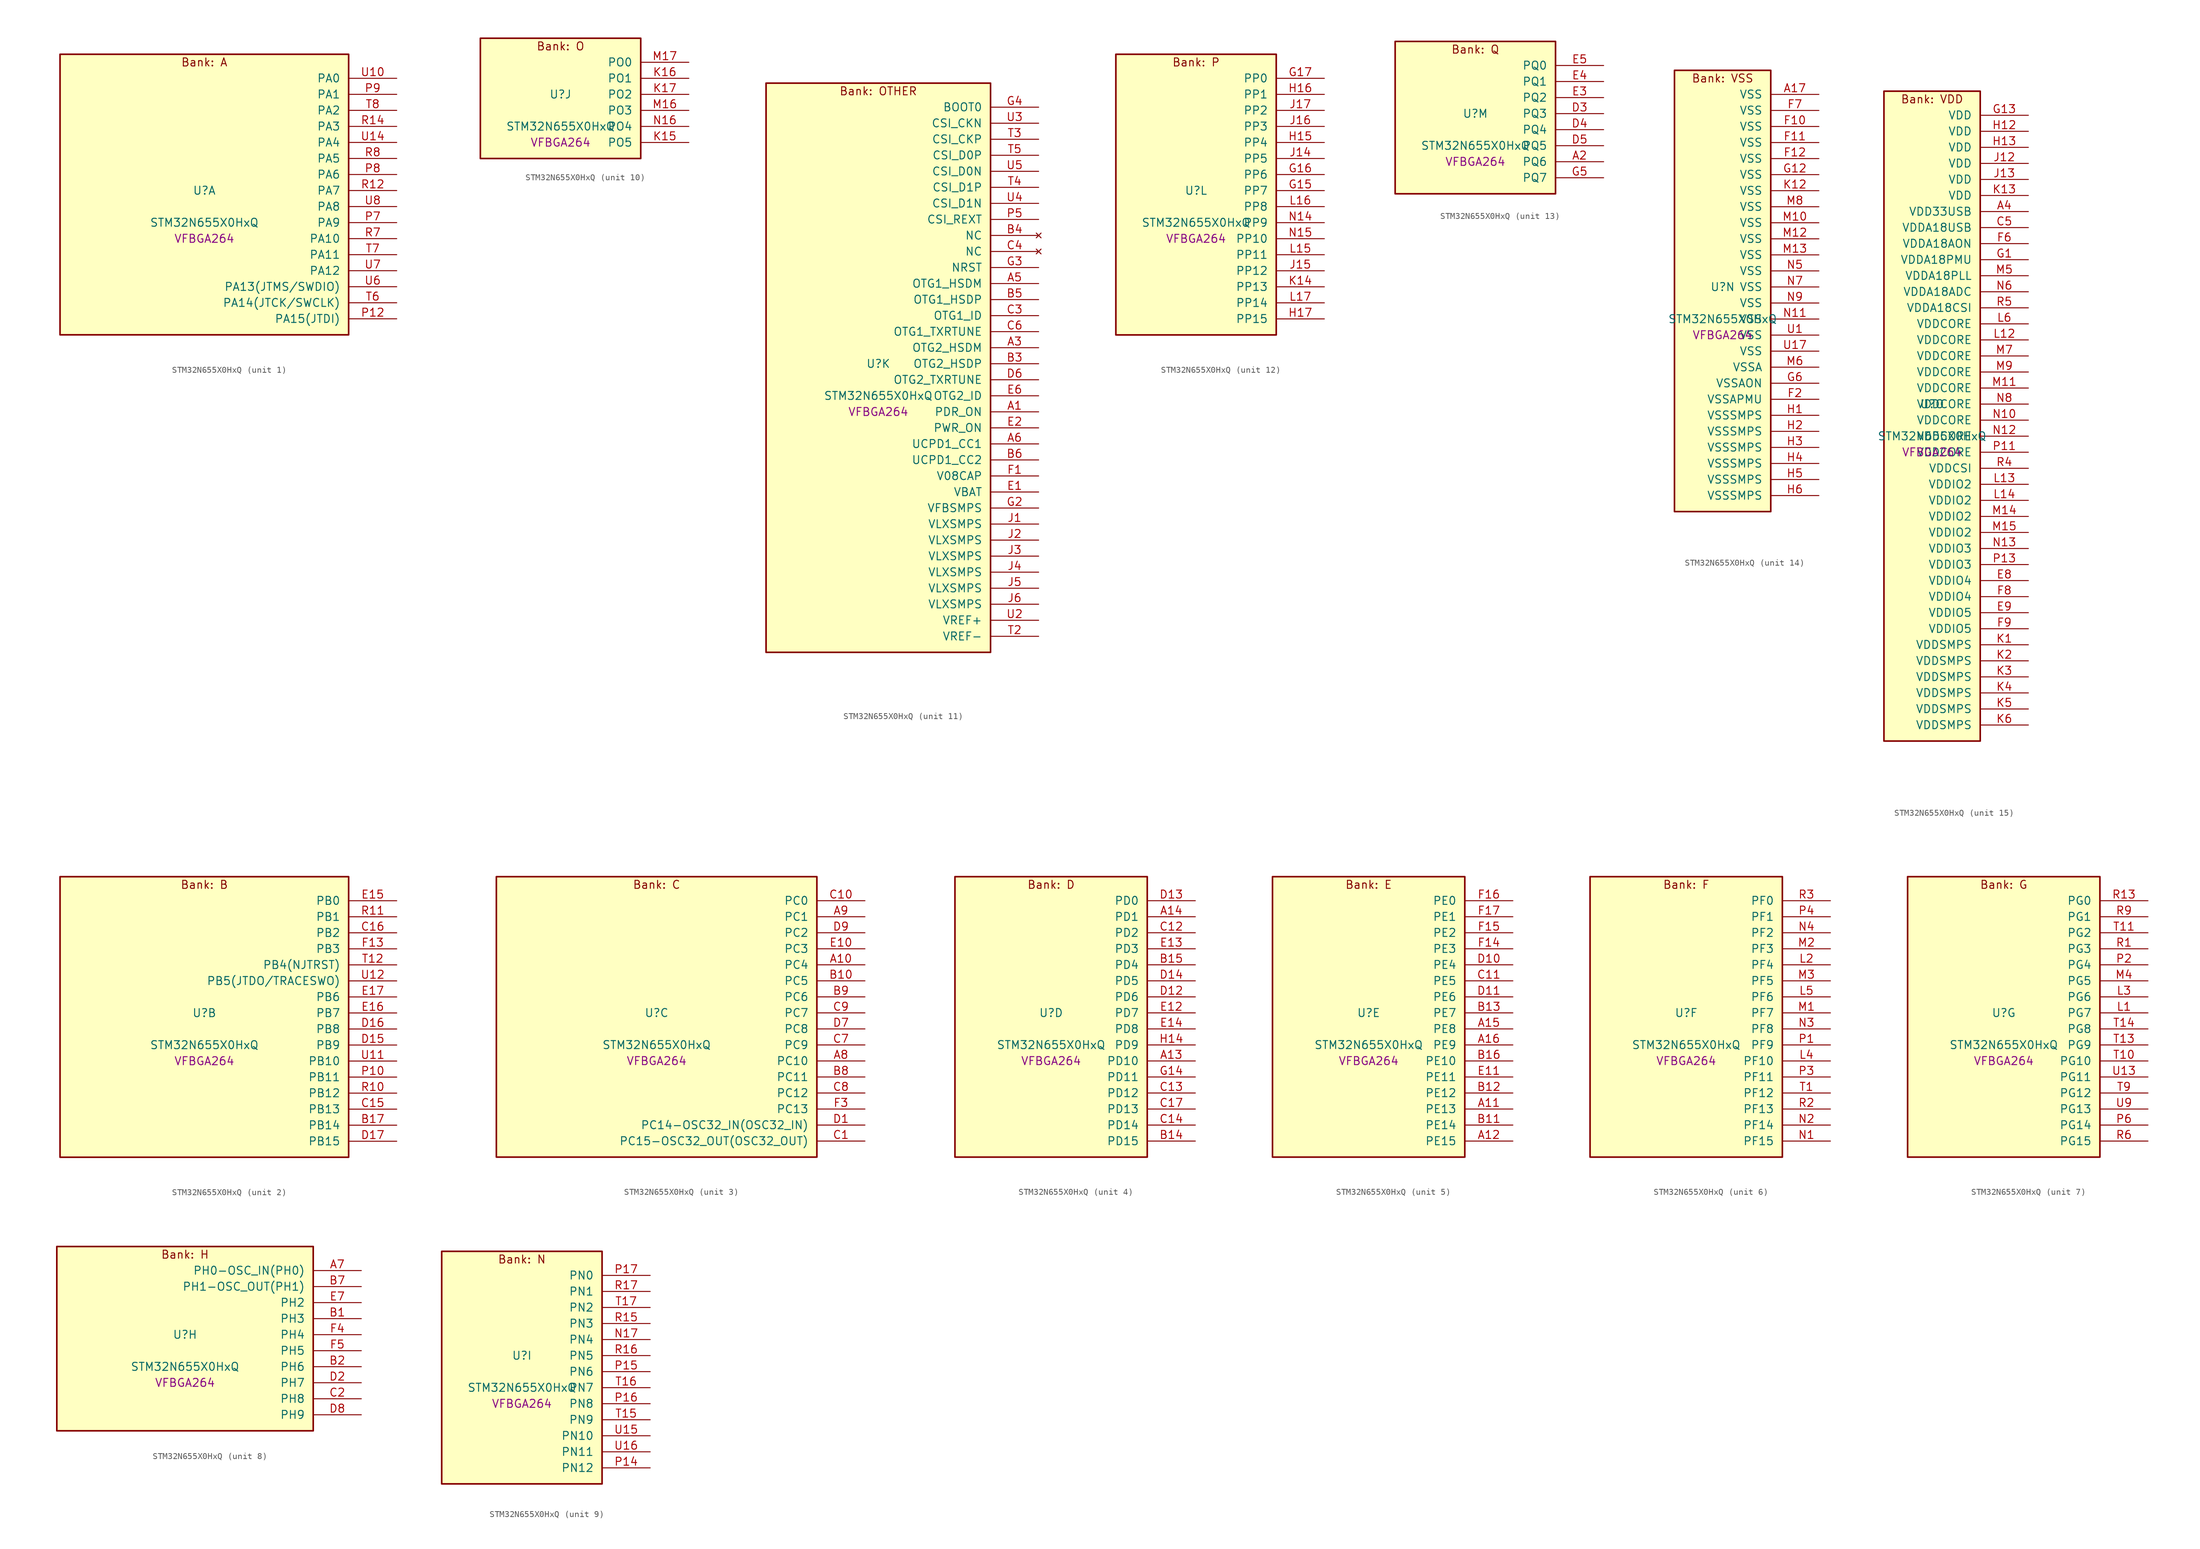
<source format=kicad_sym>
(kicad_symbol_lib
  (version 20241209)
  (generator "stm32_pkl_generator")
  (generator_version "1.0")
  (symbol "STM32N655X0HxQ"
    (pin_names
      (offset 1.27))
    (property "Reference" "U"
      (at 0 2.54 0))
    (property "Value" "STM32N655X0HxQ"
      (at 0 -2.54 0))
    (property "Footprint" "VFBGA264"
      (at 0 -5.08 0))
    (symbol "STM32N655X0HxQ_1_1"
      (rectangle (start -22.86 24.13) (end 22.86 -20.32) (stroke (width 0.254) (type solid)) (fill (type background)))
      (text "Bank: A" (at 0 22.86 0))
      (pin bidirectional line (at 30.48 20.32 180) (length 7.62) (name "PA0") (number "U10") (alternate "PA0/ADC1_INN1" bidirectional line) (alternate "PA0/ADC1_INP0" bidirectional line) (alternate "PA0/ADC2_INN1" bidirectional line) (alternate "PA0/ADC2_INP0" bidirectional line) (alternate "PA0/FMC_D7" bidirectional line) (alternate "PA0/FMC_DA7" bidirectional line) (alternate "PA0/HDP_HDP0" bidirectional line) (alternate "PA0/I2S6_WS" bidirectional line) (alternate "PA0/LTDC_G3" bidirectional line) (alternate "PA0/PWR_WKUP1" bidirectional line) (alternate "PA0/SAI2_SD_B" bidirectional line) (alternate "PA0/SDMMC2_CMD" bidirectional line) (alternate "PA0/SPI6_NSS" bidirectional line) (alternate "PA0/TIM15_BKIN" bidirectional line) (alternate "PA0/TIM2_CH1" bidirectional line) (alternate "PA0/TIM5_CH1" bidirectional line) (alternate "PA0/TIM9_CH1" bidirectional line) (alternate "PA0/UART4_TX" bidirectional line) (alternate "PA0/USART2_CTS" bidirectional line) (alternate "PA0/USART2_NSS" bidirectional line))
      (pin bidirectional line (at 30.48 17.78 180) (length 7.62) (name "PA1") (number "P9") (alternate "PA1/ADC1_INP1" bidirectional line) (alternate "PA1/ADC2_INP1" bidirectional line) (alternate "PA1/DCMIPP_D0" bidirectional line) (alternate "PA1/DCMI_D0" bidirectional line) (alternate "PA1/FMC_D6" bidirectional line) (alternate "PA1/FMC_DA6" bidirectional line) (alternate "PA1/HDP_HDP1" bidirectional line) (alternate "PA1/LPTIM3_IN1" bidirectional line) (alternate "PA1/LTDC_G2" bidirectional line) (alternate "PA1/PSSI_D0" bidirectional line) (alternate "PA1/SAI2_MCLK_B" bidirectional line) (alternate "PA1/TIM15_CH1N" bidirectional line) (alternate "PA1/TIM2_CH2" bidirectional line) (alternate "PA1/TIM5_CH2" bidirectional line) (alternate "PA1/UART4_RX" bidirectional line) (alternate "PA1/USART2_RTS" bidirectional line))
      (pin bidirectional line (at 30.48 15.24 180) (length 7.62) (name "PA2") (number "T8") (alternate "PA2/ADC1_INP14" bidirectional line) (alternate "PA2/ADC2_INP14" bidirectional line) (alternate "PA2/FMC_D5" bidirectional line) (alternate "PA2/FMC_DA5" bidirectional line) (alternate "PA2/HDP_HDP2" bidirectional line) (alternate "PA2/LPTIM3_IN2" bidirectional line) (alternate "PA2/LTDC_B7" bidirectional line) (alternate "PA2/MDIOS_MDIO" bidirectional line) (alternate "PA2/PWR_WKUP2" bidirectional line) (alternate "PA2/SAI2_SCK_B" bidirectional line) (alternate "PA2/TIM15_CH1" bidirectional line) (alternate "PA2/TIM2_CH3" bidirectional line) (alternate "PA2/TIM5_CH3" bidirectional line) (alternate "PA2/USART2_TX" bidirectional line))
      (pin bidirectional line (at 30.48 12.7 180) (length 7.62) (name "PA3") (number "R14") (alternate "PA3/FMC_A17" bidirectional line) (alternate "PA3/FMC_ALE" bidirectional line) (alternate "PA3/SAI1_SD_B" bidirectional line) (alternate "PA3/SPI5_NSS" bidirectional line) (alternate "PA3/TIM16_CH1" bidirectional line) (alternate "PA3/UART7_RX" bidirectional line))
      (pin bidirectional line (at 30.48 10.16 180) (length 7.62) (name "PA4") (number "U14") (alternate "PA4/DCMIPP_D3" bidirectional line) (alternate "PA4/DCMI_D3" bidirectional line) (alternate "PA4/FMC_A13" bidirectional line) (alternate "PA4/PSSI_D3" bidirectional line) (alternate "PA4/SPI5_MOSI" bidirectional line) (alternate "PA4/USART6_RX" bidirectional line))
      (pin bidirectional line (at 30.48 7.62 180) (length 7.62) (name "PA5") (number "R8") (alternate "PA5/ADC2_INP18" bidirectional line) (alternate "PA5/DCMIPP_D8" bidirectional line) (alternate "PA5/DCMI_D8" bidirectional line) (alternate "PA5/FMC_NOE" bidirectional line) (alternate "PA5/HDP_HDP5" bidirectional line) (alternate "PA5/I2S1_CK" bidirectional line) (alternate "PA5/I2S6_CK" bidirectional line) (alternate "PA5/I3C1_SCL" bidirectional line) (alternate "PA5/LTDC_CLK" bidirectional line) (alternate "PA5/PSSI_D8" bidirectional line) (alternate "PA5/PWR_CSTOP" bidirectional line) (alternate "PA5/SPI1_SCK" bidirectional line) (alternate "PA5/SPI6_SCK" bidirectional line) (alternate "PA5/TIM10_CH1" bidirectional line) (alternate "PA5/TIM2_CH1" bidirectional line) (alternate "PA5/TIM2_ETR" bidirectional line) (alternate "PA5/TIM9_CH2" bidirectional line))
      (pin bidirectional line (at 30.48 5.08 180) (length 7.62) (name "PA6") (number "P8") (alternate "PA6/ADC1_INP3" bidirectional line) (alternate "PA6/ADC2_INP3" bidirectional line) (alternate "PA6/BOOT1" bidirectional line) (alternate "PA6/DCMIPP_PIXCLK" bidirectional line) (alternate "PA6/DCMI_PIXCLK" bidirectional line) (alternate "PA6/HDP_HDP6" bidirectional line) (alternate "PA6/I2S1_SDI" bidirectional line) (alternate "PA6/I2S6_SDI" bidirectional line) (alternate "PA6/I3C1_SDA" bidirectional line) (alternate "PA6/LPTIM3_ETR" bidirectional line) (alternate "PA6/LTDC_B7" bidirectional line) (alternate "PA6/LTDC_HSYNC" bidirectional line) (alternate "PA6/MDIOS_MDC" bidirectional line) (alternate "PA6/PSSI_PDCK" bidirectional line) (alternate "PA6/SPI1_MISO" bidirectional line) (alternate "PA6/SPI6_MISO" bidirectional line) (alternate "PA6/TIM13_CH1" bidirectional line) (alternate "PA6/TIM1_BKIN" bidirectional line) (alternate "PA6/TIM3_CH1" bidirectional line))
      (pin bidirectional line (at 30.48 2.54 180) (length 7.62) (name "PA7") (number "R12") (alternate "PA7/HDP_HDP7" bidirectional line) (alternate "PA7/I2S1_SDO" bidirectional line) (alternate "PA7/I2S6_SDO" bidirectional line) (alternate "PA7/LTDC_B1" bidirectional line) (alternate "PA7/LTDC_R4" bidirectional line) (alternate "PA7/SPI1_MOSI" bidirectional line) (alternate "PA7/SPI6_MOSI" bidirectional line) (alternate "PA7/TIM14_CH1" bidirectional line) (alternate "PA7/TIM1_CH1N" bidirectional line) (alternate "PA7/TIM3_CH2" bidirectional line) (alternate "PA7/USART1_RX" bidirectional line))
      (pin bidirectional line (at 30.48 0 180) (length 7.62) (name "PA8") (number "U8") (alternate "PA8/ADC1_INP5" bidirectional line) (alternate "PA8/ADC2_INP5" bidirectional line) (alternate "PA8/FMC_D4" bidirectional line) (alternate "PA8/FMC_DA4" bidirectional line) (alternate "PA8/HDP_HDP0" bidirectional line) (alternate "PA8/I2C3_SCL" bidirectional line) (alternate "PA8/I3C2_SCL" bidirectional line) (alternate "PA8/LTDC_B6" bidirectional line) (alternate "PA8/RCC_MCO_1" bidirectional line) (alternate "PA8/TIM11_CH1" bidirectional line) (alternate "PA8/TIM1_CH1" bidirectional line) (alternate "PA8/UART7_RX" bidirectional line) (alternate "PA8/USART1_CK" bidirectional line))
      (pin bidirectional line (at 30.48 -2.54 180) (length 7.62) (name "PA9") (number "P7") (alternate "PA9/ADC1_INP10" bidirectional line) (alternate "PA9/ADC2_INP10" bidirectional line) (alternate "PA9/DCMIPP_D0" bidirectional line) (alternate "PA9/DCMI_D0" bidirectional line) (alternate "PA9/FMC_D3" bidirectional line) (alternate "PA9/FMC_DA3" bidirectional line) (alternate "PA9/HDP_HDP1" bidirectional line) (alternate "PA9/I2C3_SDA" bidirectional line) (alternate "PA9/I2S2_CK" bidirectional line) (alternate "PA9/I3C2_SDA" bidirectional line) (alternate "PA9/LPUART1_TX" bidirectional line) (alternate "PA9/LTDC_B5" bidirectional line) (alternate "PA9/PSSI_D0" bidirectional line) (alternate "PA9/SPI2_SCK" bidirectional line) (alternate "PA9/TIM1_CH2" bidirectional line) (alternate "PA9/USART1_TX" bidirectional line))
      (pin bidirectional line (at 30.48 -5.08 180) (length 7.62) (name "PA10") (number "R7") (alternate "PA10/ADC1_INN10" bidirectional line) (alternate "PA10/ADC1_INP11" bidirectional line) (alternate "PA10/ADC2_INN10" bidirectional line) (alternate "PA10/ADC2_INP11" bidirectional line) (alternate "PA10/DCMIPP_D1" bidirectional line) (alternate "PA10/DCMI_D1" bidirectional line) (alternate "PA10/FMC_D2" bidirectional line) (alternate "PA10/FMC_DA2" bidirectional line) (alternate "PA10/HDP_HDP2" bidirectional line) (alternate "PA10/LPUART1_RX" bidirectional line) (alternate "PA10/LTDC_B4" bidirectional line) (alternate "PA10/MDIOS_MDIO" bidirectional line) (alternate "PA10/PSSI_D1" bidirectional line) (alternate "PA10/PWR_CSLEEP" bidirectional line) (alternate "PA10/TIM1_CH3" bidirectional line) (alternate "PA10/USART1_RX" bidirectional line))
      (pin bidirectional line (at 30.48 -7.62 180) (length 7.62) (name "PA11") (number "T7") (alternate "PA11/ADC1_EXTI11" bidirectional line) (alternate "PA11/ADC1_INN11" bidirectional line) (alternate "PA11/ADC1_INP12" bidirectional line) (alternate "PA11/ADC2_EXTI11" bidirectional line) (alternate "PA11/ADC2_INN11" bidirectional line) (alternate "PA11/ADC2_INP12" bidirectional line) (alternate "PA11/FDCAN1_RX" bidirectional line) (alternate "PA11/FMC_D1" bidirectional line) (alternate "PA11/FMC_DA1" bidirectional line) (alternate "PA11/HDP_HDP3" bidirectional line) (alternate "PA11/I2S2_WS" bidirectional line) (alternate "PA11/LPUART1_CTS" bidirectional line) (alternate "PA11/LTDC_B3" bidirectional line) (alternate "PA11/SPI2_NSS" bidirectional line) (alternate "PA11/TIM1_CH4" bidirectional line) (alternate "PA11/UART4_RX" bidirectional line) (alternate "PA11/USART1_CTS" bidirectional line) (alternate "PA11/USART1_NSS" bidirectional line))
      (pin bidirectional line (at 30.48 -10.16 180) (length 7.62) (name "PA12") (number "U7") (alternate "PA12/ADC1_INN12" bidirectional line) (alternate "PA12/ADC1_INP13" bidirectional line) (alternate "PA12/ADC2_INN12" bidirectional line) (alternate "PA12/ADC2_INP13" bidirectional line) (alternate "PA12/FDCAN1_TX" bidirectional line) (alternate "PA12/FMC_D0" bidirectional line) (alternate "PA12/FMC_DA0" bidirectional line) (alternate "PA12/HDP_HDP4" bidirectional line) (alternate "PA12/I2S2_CK" bidirectional line) (alternate "PA12/LPUART1_RTS" bidirectional line) (alternate "PA12/LTDC_B2" bidirectional line) (alternate "PA12/SAI2_FS_B" bidirectional line) (alternate "PA12/SPI2_SCK" bidirectional line) (alternate "PA12/TIM1_ETR" bidirectional line) (alternate "PA12/UART4_TX" bidirectional line) (alternate "PA12/USART1_RTS" bidirectional line))
      (pin bidirectional line (at 30.48 -12.7 180) (length 7.62) (name "PA13(JTMS/SWDIO)") (number "U6") (alternate "PA13(JTMS/SWDIO)/DEBUG_JTMS-SWDIO" bidirectional line) (alternate "PA13(JTMS/SWDIO)/HDP_HDP5" bidirectional line))
      (pin bidirectional line (at 30.48 -15.24 180) (length 7.62) (name "PA14(JTCK/SWCLK)") (number "T6") (alternate "PA14(JTCK/SWCLK)/DEBUG_JTCK-SWCLK" bidirectional line) (alternate "PA14(JTCK/SWCLK)/HDP_HDP6" bidirectional line))
      (pin bidirectional line (at 30.48 -17.78 180) (length 7.62) (name "PA15(JTDI)") (number "P12") (alternate "PA15(JTDI)/ADC1_EXTI15" bidirectional line) (alternate "PA15(JTDI)/ADC2_EXTI15" bidirectional line) (alternate "PA15(JTDI)/DEBUG_JTDI" bidirectional line) (alternate "PA15(JTDI)/FMC_D15" bidirectional line) (alternate "PA15(JTDI)/FMC_DA15" bidirectional line) (alternate "PA15(JTDI)/HDP_HDP7" bidirectional line) (alternate "PA15(JTDI)/I2S1_WS" bidirectional line) (alternate "PA15(JTDI)/I2S3_WS" bidirectional line) (alternate "PA15(JTDI)/I2S6_WS" bidirectional line) (alternate "PA15(JTDI)/LTDC_R5" bidirectional line) (alternate "PA15(JTDI)/SPI1_NSS" bidirectional line) (alternate "PA15(JTDI)/SPI3_NSS" bidirectional line) (alternate "PA15(JTDI)/SPI6_NSS" bidirectional line) (alternate "PA15(JTDI)/TIM2_CH1" bidirectional line) (alternate "PA15(JTDI)/TIM2_ETR" bidirectional line) (alternate "PA15(JTDI)/UART4_DE" bidirectional line) (alternate "PA15(JTDI)/UART4_RTS" bidirectional line) (alternate "PA15(JTDI)/UART7_TX" bidirectional line)))
    (symbol "STM32N655X0HxQ_2_1"
      (rectangle (start -22.86 24.13) (end 22.86 -20.32) (stroke (width 0.254) (type solid)) (fill (type background)))
      (text "Bank: B" (at 0 22.86 0))
      (pin bidirectional line (at 30.48 20.32 180) (length 7.62) (name "PB0") (number "E15") (alternate "PB0/ADF1_SDI0" bidirectional line) (alternate "PB0/DCMIPP_D4" bidirectional line) (alternate "PB0/DCMI_D4" bidirectional line) (alternate "PB0/DEBUG_TRACED1" bidirectional line) (alternate "PB0/FMC_D13" bidirectional line) (alternate "PB0/FMC_DA13" bidirectional line) (alternate "PB0/MDF1_SDI2" bidirectional line) (alternate "PB0/PSSI_D4" bidirectional line) (alternate "PB0/SAI1_D2" bidirectional line) (alternate "PB0/SAI1_FS_A" bidirectional line) (alternate "PB0/SPI4_NSS" bidirectional line) (alternate "PB0/TIM15_CH1N" bidirectional line) (alternate "PB0/TIM1_CH4" bidirectional line))
      (pin bidirectional line (at 30.48 17.78 180) (length 7.62) (name "PB1") (number "R11") (alternate "PB1/FDCAN2_TX" bidirectional line) (alternate "PB1/FMC_NOE" bidirectional line) (alternate "PB1/HDP_HDP1" bidirectional line) (alternate "PB1/LTDC_R1" bidirectional line) (alternate "PB1/TIM1_CH3N" bidirectional line) (alternate "PB1/TIM3_CH4" bidirectional line) (alternate "PB1/TIM9_CH2" bidirectional line) (alternate "PB1/USART2_TX" bidirectional line))
      (pin bidirectional line (at 30.48 15.24 180) (length 7.62) (name "PB2") (number "C16") (alternate "PB2/ADF1_SDI0" bidirectional line) (alternate "PB2/FMC_D2" bidirectional line) (alternate "PB2/FMC_DA2" bidirectional line) (alternate "PB2/HDP_HDP2" bidirectional line) (alternate "PB2/I2S3_SDO" bidirectional line) (alternate "PB2/LTDC_B2" bidirectional line) (alternate "PB2/MDF1_SDI1" bidirectional line) (alternate "PB2/RTC_OUT2" bidirectional line) (alternate "PB2/SAI1_D1" bidirectional line) (alternate "PB2/SAI1_SD_A" bidirectional line) (alternate "PB2/SPI3_MOSI" bidirectional line) (alternate "PB2/TIM1_CH1" bidirectional line))
      (pin bidirectional line (at 30.48 12.7 180) (length 7.62) (name "PB3") (number "F13") (alternate "PB3/DEBUG_JTDO-SWO" bidirectional line) (alternate "PB3/DEBUG_TRACECLK" bidirectional line) (alternate "PB3/FMC_A23" bidirectional line) (alternate "PB3/FMC_NBL1" bidirectional line) (alternate "PB3/GFXTIM_FCKCAL" bidirectional line) (alternate "PB3/GFXTIM_LCKCAL" bidirectional line) (alternate "PB3/HDP_HDP0" bidirectional line) (alternate "PB3/MDF1_CKI1" bidirectional line) (alternate "PB3/SAI2_FS_B" bidirectional line) (alternate "PB3/TIM1_CH4N" bidirectional line) (alternate "PB3/USART1_CK" bidirectional line))
      (pin bidirectional line (at 30.48 10.16 180) (length 7.62) (name "PB4(NJTRST)") (number "T12") (alternate "PB4(NJTRST)/DCMIPP_VSYNC" bidirectional line) (alternate "PB4(NJTRST)/DCMI_VSYNC" bidirectional line) (alternate "PB4(NJTRST)/DEBUG_NJTRST" bidirectional line) (alternate "PB4(NJTRST)/FMC_D13" bidirectional line) (alternate "PB4(NJTRST)/FMC_DA13" bidirectional line) (alternate "PB4(NJTRST)/HDP_HDP4" bidirectional line) (alternate "PB4(NJTRST)/I2S1_SDI" bidirectional line) (alternate "PB4(NJTRST)/I2S2_WS" bidirectional line) (alternate "PB4(NJTRST)/I2S3_SDI" bidirectional line) (alternate "PB4(NJTRST)/I2S6_SDI" bidirectional line) (alternate "PB4(NJTRST)/LPTIM4_ETR" bidirectional line) (alternate "PB4(NJTRST)/LTDC_R3" bidirectional line) (alternate "PB4(NJTRST)/PSSI_RDY" bidirectional line) (alternate "PB4(NJTRST)/SDMMC2_D3" bidirectional line) (alternate "PB4(NJTRST)/SPI1_MISO" bidirectional line) (alternate "PB4(NJTRST)/SPI2_NSS" bidirectional line) (alternate "PB4(NJTRST)/SPI3_MISO" bidirectional line) (alternate "PB4(NJTRST)/SPI6_MISO" bidirectional line) (alternate "PB4(NJTRST)/TIM16_BKIN" bidirectional line) (alternate "PB4(NJTRST)/TIM3_CH1" bidirectional line) (alternate "PB4(NJTRST)/UART7_TX" bidirectional line))
      (pin bidirectional line (at 30.48 7.62 180) (length 7.62) (name "PB5(JTDO/TRACESWO)") (number "U12") (alternate "PB5(JTDO/TRACESWO)/DCMIPP_D10" bidirectional line) (alternate "PB5(JTDO/TRACESWO)/DCMI_D10" bidirectional line) (alternate "PB5(JTDO/TRACESWO)/DEBUG_JTDO-SWO" bidirectional line) (alternate "PB5(JTDO/TRACESWO)/FDCAN2_RX" bidirectional line) (alternate "PB5(JTDO/TRACESWO)/FMC_D12" bidirectional line) (alternate "PB5(JTDO/TRACESWO)/FMC_DA12" bidirectional line) (alternate "PB5(JTDO/TRACESWO)/HDP_HDP5" bidirectional line) (alternate "PB5(JTDO/TRACESWO)/I2C1_SMBA" bidirectional line) (alternate "PB5(JTDO/TRACESWO)/I2S1_SDO" bidirectional line) (alternate "PB5(JTDO/TRACESWO)/I2S3_SDO" bidirectional line) (alternate "PB5(JTDO/TRACESWO)/I2S6_SDO" bidirectional line) (alternate "PB5(JTDO/TRACESWO)/LPTIM4_OUT" bidirectional line) (alternate "PB5(JTDO/TRACESWO)/LTDC_R2" bidirectional line) (alternate "PB5(JTDO/TRACESWO)/PSSI_D10" bidirectional line) (alternate "PB5(JTDO/TRACESWO)/SPI1_MOSI" bidirectional line) (alternate "PB5(JTDO/TRACESWO)/SPI3_MOSI" bidirectional line) (alternate "PB5(JTDO/TRACESWO)/SPI6_MOSI" bidirectional line) (alternate "PB5(JTDO/TRACESWO)/TIM17_BKIN" bidirectional line) (alternate "PB5(JTDO/TRACESWO)/TIM3_CH2" bidirectional line) (alternate "PB5(JTDO/TRACESWO)/UART5_RX" bidirectional line))
      (pin bidirectional line (at 30.48 5.08 180) (length 7.62) (name "PB6") (number "E17") (alternate "PB6/ADF1_CCK1" bidirectional line) (alternate "PB6/DCMIPP_D6" bidirectional line) (alternate "PB6/DCMI_D6" bidirectional line) (alternate "PB6/DEBUG_TRACED2" bidirectional line) (alternate "PB6/FMC_D14" bidirectional line) (alternate "PB6/FMC_DA14" bidirectional line) (alternate "PB6/MDF1_CCK1" bidirectional line) (alternate "PB6/PSSI_D6" bidirectional line) (alternate "PB6/SAI1_CK2" bidirectional line) (alternate "PB6/SAI1_SCK_A" bidirectional line) (alternate "PB6/SPI4_MISO" bidirectional line) (alternate "PB6/TIM15_CH1" bidirectional line))
      (pin bidirectional line (at 30.48 2.54 180) (length 7.62) (name "PB7") (number "E16") (alternate "PB7/ADF1_SDI0" bidirectional line) (alternate "PB7/DCMIPP_D7" bidirectional line) (alternate "PB7/DCMI_D7" bidirectional line) (alternate "PB7/DEBUG_TRACED3" bidirectional line) (alternate "PB7/FMC_D15" bidirectional line) (alternate "PB7/FMC_DA15" bidirectional line) (alternate "PB7/MDF1_SDI1" bidirectional line) (alternate "PB7/PSSI_D7" bidirectional line) (alternate "PB7/SAI1_D1" bidirectional line) (alternate "PB7/SAI1_SD_A" bidirectional line) (alternate "PB7/SAI2_MCLK_B" bidirectional line) (alternate "PB7/SPI4_MOSI" bidirectional line) (alternate "PB7/TIM15_CH2" bidirectional line) (alternate "PB7/TIM1_BKIN2" bidirectional line))
      (pin bidirectional line (at 30.48 0 180) (length 7.62) (name "PB8") (number "D16") (alternate "PB8/DCMIPP_VSYNC" bidirectional line) (alternate "PB8/DCMI_VSYNC" bidirectional line) (alternate "PB8/FMC_D1" bidirectional line) (alternate "PB8/FMC_DA1" bidirectional line) (alternate "PB8/I2S1_SDI" bidirectional line) (alternate "PB8/PSSI_RDY" bidirectional line) (alternate "PB8/SAI2_FS_B" bidirectional line) (alternate "PB8/SDMMC2_D0" bidirectional line) (alternate "PB8/SPDIFRX1_IN3" bidirectional line) (alternate "PB8/SPI1_MISO" bidirectional line) (alternate "PB8/USART6_RX" bidirectional line))
      (pin bidirectional line (at 30.48 -2.54 180) (length 7.62) (name "PB9") (number "D15") (alternate "PB9/DCMIPP_D3" bidirectional line) (alternate "PB9/DCMI_D3" bidirectional line) (alternate "PB9/FMC_D3" bidirectional line) (alternate "PB9/FMC_DA3" bidirectional line) (alternate "PB9/I2S1_CK" bidirectional line) (alternate "PB9/LPTIM1_IN2" bidirectional line) (alternate "PB9/PSSI_D3" bidirectional line) (alternate "PB9/SDMMC2_D2" bidirectional line) (alternate "PB9/SPDIFRX1_IN0" bidirectional line) (alternate "PB9/SPI1_SCK" bidirectional line) (alternate "PB9/USART10_TX" bidirectional line))
      (pin bidirectional line (at 30.48 -5.08 180) (length 7.62) (name "PB10") (number "U11") (alternate "PB10/ADC1_INN4" bidirectional line) (alternate "PB10/ADC1_INP8" bidirectional line) (alternate "PB10/ADC2_INN4" bidirectional line) (alternate "PB10/ADC2_INP8" bidirectional line) (alternate "PB10/FMC_D11" bidirectional line) (alternate "PB10/FMC_DA11" bidirectional line) (alternate "PB10/HDP_HDP2" bidirectional line) (alternate "PB10/I2C2_SCL" bidirectional line) (alternate "PB10/I2S2_CK" bidirectional line) (alternate "PB10/I3C2_SCL" bidirectional line) (alternate "PB10/LPTIM2_IN1" bidirectional line) (alternate "PB10/LTDC_G7" bidirectional line) (alternate "PB10/SPI2_SCK" bidirectional line) (alternate "PB10/TIM2_CH3" bidirectional line) (alternate "PB10/USART3_TX" bidirectional line))
      (pin bidirectional line (at 30.48 -7.62 180) (length 7.62) (name "PB11") (number "P10") (alternate "PB11/ADC1_EXTI11" bidirectional line) (alternate "PB11/ADC1_INP4" bidirectional line) (alternate "PB11/ADC2_EXTI11" bidirectional line) (alternate "PB11/ADC2_INP4" bidirectional line) (alternate "PB11/FMC_D10" bidirectional line) (alternate "PB11/FMC_DA10" bidirectional line) (alternate "PB11/HDP_HDP3" bidirectional line) (alternate "PB11/I2C2_SDA" bidirectional line) (alternate "PB11/I3C2_SDA" bidirectional line) (alternate "PB11/LPTIM2_ETR" bidirectional line) (alternate "PB11/LTDC_G6" bidirectional line) (alternate "PB11/TIM2_CH4" bidirectional line) (alternate "PB11/USART3_RX" bidirectional line))
      (pin bidirectional line (at 30.48 -10.16 180) (length 7.62) (name "PB12") (number "R10") (alternate "PB12/FDCAN2_RX" bidirectional line) (alternate "PB12/FMC_D9" bidirectional line) (alternate "PB12/FMC_DA9" bidirectional line) (alternate "PB12/HDP_HDP4" bidirectional line) (alternate "PB12/I2C2_SMBA" bidirectional line) (alternate "PB12/I2S2_WS" bidirectional line) (alternate "PB12/LPTIM2_IN2" bidirectional line) (alternate "PB12/LTDC_G5" bidirectional line) (alternate "PB12/SPI2_NSS" bidirectional line) (alternate "PB12/TIM1_BKIN" bidirectional line) (alternate "PB12/UART5_RX" bidirectional line) (alternate "PB12/USART3_CK" bidirectional line))
      (pin bidirectional line (at 30.48 -12.7 180) (length 7.62) (name "PB13") (number "C15") (alternate "PB13/DEBUG_TRACED0" bidirectional line) (alternate "PB13/FMC_D5" bidirectional line) (alternate "PB13/FMC_DA5" bidirectional line) (alternate "PB13/I2S6_CK" bidirectional line) (alternate "PB13/LPTIM1_CH1" bidirectional line) (alternate "PB13/LTDC_CLK" bidirectional line) (alternate "PB13/SDMMC2_D6" bidirectional line) (alternate "PB13/SPI6_SCK" bidirectional line) (alternate "PB13/TIM8_CH3N" bidirectional line) (alternate "PB13/USART10_CTS" bidirectional line) (alternate "PB13/USART10_NSS" bidirectional line) (alternate "PB13/USART6_CTS" bidirectional line) (alternate "PB13/USART6_NSS" bidirectional line))
      (pin bidirectional line (at 30.48 -15.24 180) (length 7.62) (name "PB14") (number "B17") (alternate "PB14/DCMIPP_D10" bidirectional line) (alternate "PB14/DCMI_D10" bidirectional line) (alternate "PB14/FMC_D7" bidirectional line) (alternate "PB14/FMC_DA7" bidirectional line) (alternate "PB14/LPTIM1_CH2" bidirectional line) (alternate "PB14/LTDC_HSYNC" bidirectional line) (alternate "PB14/PSSI_D10" bidirectional line) (alternate "PB14/TIM8_CH4N" bidirectional line) (alternate "PB14/USART10_CK" bidirectional line) (alternate "PB14/USART6_CTS" bidirectional line) (alternate "PB14/USART6_NSS" bidirectional line))
      (pin bidirectional line (at 30.48 -17.78 180) (length 7.62) (name "PB15") (number "D17") (alternate "PB15/ADC1_EXTI15" bidirectional line) (alternate "PB15/ADC2_EXTI15" bidirectional line) (alternate "PB15/FMC_D0" bidirectional line) (alternate "PB15/FMC_DA0" bidirectional line) (alternate "PB15/I2S6_WS" bidirectional line) (alternate "PB15/LTDC_G4" bidirectional line) (alternate "PB15/SPDIFRX1_IN2" bidirectional line) (alternate "PB15/SPI6_NSS" bidirectional line) (alternate "PB15/USART6_RTS" bidirectional line)))
    (symbol "STM32N655X0HxQ_3_1"
      (rectangle (start -25.4 24.13) (end 25.4 -20.32) (stroke (width 0.254) (type solid)) (fill (type background)))
      (text "Bank: C" (at 0 22.86 0))
      (pin bidirectional line (at 33.02 20.32 180) (length 7.62) (name "PC0") (number "C10") (alternate "PC0/DCMIPP_HSYNC" bidirectional line) (alternate "PC0/DCMI_HSYNC" bidirectional line) (alternate "PC0/FMC_D14" bidirectional line) (alternate "PC0/FMC_DA14" bidirectional line) (alternate "PC0/HDP_HDP3" bidirectional line) (alternate "PC0/I2S1_CK" bidirectional line) (alternate "PC0/I2S3_CK" bidirectional line) (alternate "PC0/I2S6_CK" bidirectional line) (alternate "PC0/LPTIM4_IN1" bidirectional line) (alternate "PC0/LTDC_R4" bidirectional line) (alternate "PC0/MDF1_CKI1" bidirectional line) (alternate "PC0/PSSI_DE" bidirectional line) (alternate "PC0/SDMMC2_D2" bidirectional line) (alternate "PC0/SPI1_SCK" bidirectional line) (alternate "PC0/SPI3_SCK" bidirectional line) (alternate "PC0/SPI6_SCK" bidirectional line) (alternate "PC0/TIM2_CH2" bidirectional line) (alternate "PC0/UART7_RX" bidirectional line))
      (pin bidirectional line (at 33.02 17.78 180) (length 7.62) (name "PC1") (number "A9") (alternate "PC1/DCMIPP_D7" bidirectional line) (alternate "PC1/DCMI_D7" bidirectional line) (alternate "PC1/FDCAN1_TX" bidirectional line) (alternate "PC1/HDP_HDP1" bidirectional line) (alternate "PC1/I2C1_SDA" bidirectional line) (alternate "PC1/I2S2_WS" bidirectional line) (alternate "PC1/I3C1_SDA" bidirectional line) (alternate "PC1/PSSI_D7" bidirectional line) (alternate "PC1/SDMMC1_CDIR" bidirectional line) (alternate "PC1/SDMMC1_D5" bidirectional line) (alternate "PC1/SDMMC2_D5" bidirectional line) (alternate "PC1/SPI2_NSS" bidirectional line) (alternate "PC1/TIM17_CH1" bidirectional line) (alternate "PC1/TIM4_CH4" bidirectional line) (alternate "PC1/UART4_TX" bidirectional line))
      (pin bidirectional line (at 33.02 15.24 180) (length 7.62) (name "PC2") (number "D9") (alternate "PC2/ADF1_SDI0" bidirectional line) (alternate "PC2/DCMIPP_D13" bidirectional line) (alternate "PC2/DCMI_D13" bidirectional line) (alternate "PC2/FMC_NE3" bidirectional line) (alternate "PC2/I2S3_SDO" bidirectional line) (alternate "PC2/MDF1_SDI1" bidirectional line) (alternate "PC2/PSSI_D13" bidirectional line) (alternate "PC2/SAI1_D1" bidirectional line) (alternate "PC2/SAI1_SCK_A" bidirectional line) (alternate "PC2/SDMMC2_CK" bidirectional line) (alternate "PC2/SPI3_MOSI" bidirectional line) (alternate "PC2/USART2_RX" bidirectional line))
      (pin bidirectional line (at 33.02 12.7 180) (length 7.62) (name "PC3") (number "E10") (alternate "PC3/DCMIPP_D2" bidirectional line) (alternate "PC3/DCMI_D2" bidirectional line) (alternate "PC3/FMC_D8" bidirectional line) (alternate "PC3/FMC_DA8" bidirectional line) (alternate "PC3/I2S1_SDO" bidirectional line) (alternate "PC3/PSSI_D2" bidirectional line) (alternate "PC3/SDMMC2_CMD" bidirectional line) (alternate "PC3/SPDIFRX1_IN0" bidirectional line) (alternate "PC3/SPI1_MOSI" bidirectional line) (alternate "PC3/USART2_CK" bidirectional line))
      (pin bidirectional line (at 33.02 10.16 180) (length 7.62) (name "PC4") (number "A10") (alternate "PC4/FMC_NE1" bidirectional line) (alternate "PC4/HDP_HDP6" bidirectional line) (alternate "PC4/I2S2_SDI" bidirectional line) (alternate "PC4/LPTIM2_CH2" bidirectional line) (alternate "PC4/LTDC_DE" bidirectional line) (alternate "PC4/LTDC_VSYNC" bidirectional line) (alternate "PC4/SDMMC2_D0" bidirectional line) (alternate "PC4/SPI2_MISO" bidirectional line) (alternate "PC4/TIM12_CH1" bidirectional line) (alternate "PC4/TIM1_CH2N" bidirectional line) (alternate "PC4/UART4_DE" bidirectional line) (alternate "PC4/UART4_RTS" bidirectional line) (alternate "PC4/USART1_TX" bidirectional line) (alternate "PC4/USART3_RTS" bidirectional line))
      (pin bidirectional line (at 33.02 7.62 180) (length 7.62) (name "PC5") (number "B10") (alternate "PC5/DCMIPP_D2" bidirectional line) (alternate "PC5/DCMI_D2" bidirectional line) (alternate "PC5/FMC_NWE" bidirectional line) (alternate "PC5/I2S1_WS" bidirectional line) (alternate "PC5/PSSI_D2" bidirectional line) (alternate "PC5/SAI2_SD_B" bidirectional line) (alternate "PC5/SDMMC2_D1" bidirectional line) (alternate "PC5/SPI1_NSS" bidirectional line))
      (pin bidirectional line (at 33.02 5.08 180) (length 7.62) (name "PC6") (number "B9") (alternate "PC6/DCMIPP_D1" bidirectional line) (alternate "PC6/DCMI_D1" bidirectional line) (alternate "PC6/HDP_HDP6" bidirectional line) (alternate "PC6/I2S2_MCK" bidirectional line) (alternate "PC6/PSSI_D1" bidirectional line) (alternate "PC6/SDMMC1_D0DIR" bidirectional line) (alternate "PC6/SDMMC1_D6" bidirectional line) (alternate "PC6/SDMMC2_D6" bidirectional line) (alternate "PC6/TIM1_CH1" bidirectional line) (alternate "PC6/TIM3_CH1" bidirectional line) (alternate "PC6/TIM9_CH1" bidirectional line) (alternate "PC6/USART6_TX" bidirectional line))
      (pin bidirectional line (at 33.02 2.54 180) (length 7.62) (name "PC7") (number "C9") (alternate "PC7/DCMIPP_D1" bidirectional line) (alternate "PC7/DCMI_D1" bidirectional line) (alternate "PC7/DEBUG_TRGIO" bidirectional line) (alternate "PC7/HDP_HDP7" bidirectional line) (alternate "PC7/I2S3_MCK" bidirectional line) (alternate "PC7/PSSI_D1" bidirectional line) (alternate "PC7/SDMMC1_D123DIR" bidirectional line) (alternate "PC7/SDMMC1_D7" bidirectional line) (alternate "PC7/SDMMC2_D7" bidirectional line) (alternate "PC7/TIM16_CH1N" bidirectional line) (alternate "PC7/TIM3_CH2" bidirectional line) (alternate "PC7/TIM9_CH2" bidirectional line) (alternate "PC7/USART6_RX" bidirectional line))
      (pin bidirectional line (at 33.02 0 180) (length 7.62) (name "PC8") (number "D7") (alternate "PC8/DCMIPP_D2" bidirectional line) (alternate "PC8/DCMI_D2" bidirectional line) (alternate "PC8/DEBUG_TRACED1" bidirectional line) (alternate "PC8/FMC_NE4" bidirectional line) (alternate "PC8/HDP_HDP0" bidirectional line) (alternate "PC8/I2C3_SMBA" bidirectional line) (alternate "PC8/LTDC_B0" bidirectional line) (alternate "PC8/PSSI_D2" bidirectional line) (alternate "PC8/SDMMC1_D0" bidirectional line) (alternate "PC8/TIM3_CH3" bidirectional line) (alternate "PC8/UART5_DE" bidirectional line) (alternate "PC8/UART5_RTS" bidirectional line) (alternate "PC8/UCPD1_FRSTX1" bidirectional line) (alternate "PC8/USART6_CK" bidirectional line))
      (pin bidirectional line (at 33.02 -2.54 180) (length 7.62) (name "PC9") (number "C7") (alternate "PC9/AUDIOCLK" bidirectional line) (alternate "PC9/DCMIPP_D3" bidirectional line) (alternate "PC9/DCMI_D3" bidirectional line) (alternate "PC9/HDP_HDP1" bidirectional line) (alternate "PC9/I2C3_SDA" bidirectional line) (alternate "PC9/LTDC_B3" bidirectional line) (alternate "PC9/PSSI_D3" bidirectional line) (alternate "PC9/RCC_MCO_2" bidirectional line) (alternate "PC9/SDMMC1_D1" bidirectional line) (alternate "PC9/TIM3_CH4" bidirectional line) (alternate "PC9/UART5_CTS" bidirectional line) (alternate "PC9/UCPD1_FRSTX2" bidirectional line) (alternate "PC9/USART6_RX" bidirectional line))
      (pin bidirectional line (at 33.02 -5.08 180) (length 7.62) (name "PC10") (number "A8") (alternate "PC10/DCMIPP_D14" bidirectional line) (alternate "PC10/FMC_CLK" bidirectional line) (alternate "PC10/HDP_HDP2" bidirectional line) (alternate "PC10/I2C4_SCL" bidirectional line) (alternate "PC10/I2S3_CK" bidirectional line) (alternate "PC10/I3C2_SCL" bidirectional line) (alternate "PC10/PSSI_D14" bidirectional line) (alternate "PC10/SDMMC1_D2" bidirectional line) (alternate "PC10/SPI3_SCK" bidirectional line) (alternate "PC10/TIM1_BKIN" bidirectional line) (alternate "PC10/UART4_TX" bidirectional line) (alternate "PC10/USART3_TX" bidirectional line))
      (pin bidirectional line (at 33.02 -7.62 180) (length 7.62) (name "PC11") (number "B8") (alternate "PC11/ADC1_EXTI11" bidirectional line) (alternate "PC11/ADC2_EXTI11" bidirectional line) (alternate "PC11/DCMIPP_D4" bidirectional line) (alternate "PC11/DCMI_D4" bidirectional line) (alternate "PC11/HDP_HDP3" bidirectional line) (alternate "PC11/I2C4_SDA" bidirectional line) (alternate "PC11/I2S3_SDI" bidirectional line) (alternate "PC11/I3C2_SDA" bidirectional line) (alternate "PC11/PSSI_D4" bidirectional line) (alternate "PC11/SDMMC1_D3" bidirectional line) (alternate "PC11/SPI3_MISO" bidirectional line) (alternate "PC11/UART4_RX" bidirectional line) (alternate "PC11/USART3_RX" bidirectional line))
      (pin bidirectional line (at 33.02 -10.16 180) (length 7.62) (name "PC12") (number "C8") (alternate "PC12/DCMIPP_D9" bidirectional line) (alternate "PC12/DCMI_D9" bidirectional line) (alternate "PC12/DEBUG_TRACED3" bidirectional line) (alternate "PC12/FMC_NL" bidirectional line) (alternate "PC12/HDP_HDP4" bidirectional line) (alternate "PC12/I2S3_SDO" bidirectional line) (alternate "PC12/I2S6_CK" bidirectional line) (alternate "PC12/PSSI_D9" bidirectional line) (alternate "PC12/SDMMC1_CK" bidirectional line) (alternate "PC12/SPI3_MOSI" bidirectional line) (alternate "PC12/SPI6_SCK" bidirectional line) (alternate "PC12/TIM15_CH1" bidirectional line) (alternate "PC12/TIM1_CH4" bidirectional line) (alternate "PC12/UART5_TX" bidirectional line) (alternate "PC12/USART3_CK" bidirectional line))
      (pin bidirectional line (at 33.02 -12.7 180) (length 7.62) (name "PC13") (number "F3") (alternate "PC13/HDP_HDP5" bidirectional line) (alternate "PC13/PWR_WKUP3" bidirectional line) (alternate "PC13/RTC_OUT1" bidirectional line) (alternate "PC13/RTC_TS" bidirectional line) (alternate "PC13/TAMP_IN1" bidirectional line) (alternate "PC13/TAMP_OUT2" bidirectional line))
      (pin bidirectional line (at 33.02 -15.24 180) (length 7.62) (name "PC14-OSC32_IN(OSC32_IN)") (number "D1") (alternate "PC14-OSC32_IN(OSC32_IN)/RCC_OSC32_IN" bidirectional line))
      (pin bidirectional line (at 33.02 -17.78 180) (length 7.62) (name "PC15-OSC32_OUT(OSC32_OUT)") (number "C1") (alternate "PC15-OSC32_OUT(OSC32_OUT)/ADC1_EXTI15" bidirectional line) (alternate "PC15-OSC32_OUT(OSC32_OUT)/ADC2_EXTI15" bidirectional line) (alternate "PC15-OSC32_OUT(OSC32_OUT)/RCC_OSC32_OUT" bidirectional line)))
    (symbol "STM32N655X0HxQ_4_1"
      (rectangle (start -15.24 24.13) (end 15.24 -20.32) (stroke (width 0.254) (type solid)) (fill (type background)))
      (text "Bank: D" (at 0 22.86 0))
      (pin bidirectional line (at 22.86 20.32 180) (length 7.62) (name "PD0") (number "D13") (alternate "PD0/DCMIPP_HSYNC" bidirectional line) (alternate "PD0/DCMI_HSYNC" bidirectional line) (alternate "PD0/FDCAN1_RX" bidirectional line) (alternate "PD0/FMC_A6" bidirectional line) (alternate "PD0/FMC_A22" bidirectional line) (alternate "PD0/PSSI_DE" bidirectional line) (alternate "PD0/TIM1_ETR" bidirectional line) (alternate "PD0/UART4_RX" bidirectional line) (alternate "PD0/UART9_CTS" bidirectional line))
      (pin bidirectional line (at 22.86 17.78 180) (length 7.62) (name "PD1") (number "A14") (alternate "PD1/ETH1_MDC" bidirectional line) (alternate "PD1/FDCAN1_TX" bidirectional line) (alternate "PD1/FMC_A7" bidirectional line) (alternate "PD1/FMC_A23" bidirectional line) (alternate "PD1/UART4_TX" bidirectional line))
      (pin bidirectional line (at 22.86 15.24 180) (length 7.62) (name "PD2") (number "C12") (alternate "PD2/ADF1_SDI0" bidirectional line) (alternate "PD2/DEBUG_TRACED0" bidirectional line) (alternate "PD2/FMC_A0" bidirectional line) (alternate "PD2/FMC_A16" bidirectional line) (alternate "PD2/FMC_CLE" bidirectional line) (alternate "PD2/HDP_HDP1" bidirectional line) (alternate "PD2/I2S2_SDO" bidirectional line) (alternate "PD2/MDF1_SDI1" bidirectional line) (alternate "PD2/MDIOS_MDC" bidirectional line) (alternate "PD2/PWR_WKUP4" bidirectional line) (alternate "PD2/SAI1_D1" bidirectional line) (alternate "PD2/SAI1_SD_A" bidirectional line) (alternate "PD2/SDMMC2_CK" bidirectional line) (alternate "PD2/SPI2_MOSI" bidirectional line) (alternate "PD2/TIM15_CH1N" bidirectional line) (alternate "PD2/TIM1_CH3" bidirectional line))
      (pin bidirectional line (at 22.86 12.7 180) (length 7.62) (name "PD3") (number "E13") (alternate "PD3/DCMIPP_D14" bidirectional line) (alternate "PD3/ETH1_PHY_INTN" bidirectional line) (alternate "PD3/FMC_A10" bidirectional line) (alternate "PD3/I2C2_SMBA" bidirectional line) (alternate "PD3/PSSI_D14" bidirectional line) (alternate "PD3/USART10_RX" bidirectional line) (alternate "PD3/USART6_CTS" bidirectional line))
      (pin bidirectional line (at 22.86 10.16 180) (length 7.62) (name "PD4") (number "B15") (alternate "PD4/DCMIPP_D9" bidirectional line) (alternate "PD4/DCMI_D9" bidirectional line) (alternate "PD4/FMC_A11" bidirectional line) (alternate "PD4/I2C2_SDA" bidirectional line) (alternate "PD4/PSSI_D9" bidirectional line) (alternate "PD4/SPI5_MISO" bidirectional line) (alternate "PD4/TAMP_IN7" bidirectional line) (alternate "PD4/TAMP_OUT8" bidirectional line) (alternate "PD4/TIM1_BKIN2" bidirectional line) (alternate "PD4/USART6_RTS" bidirectional line))
      (pin bidirectional line (at 22.86 7.62 180) (length 7.62) (name "PD5") (number "D14") (alternate "PD5/DCMIPP_PIXCLK" bidirectional line) (alternate "PD5/DCMI_PIXCLK" bidirectional line) (alternate "PD5/FMC_D6" bidirectional line) (alternate "PD5/FMC_DA6" bidirectional line) (alternate "PD5/PSSI_PDCK" bidirectional line) (alternate "PD5/SDMMC2_D7" bidirectional line) (alternate "PD5/TIM1_CH4N" bidirectional line) (alternate "PD5/USART2_TX" bidirectional line))
      (pin bidirectional line (at 22.86 5.08 180) (length 7.62) (name "PD6") (number "D12") (alternate "PD6/FMC_A1" bidirectional line) (alternate "PD6/FMC_A17" bidirectional line) (alternate "PD6/FMC_ALE" bidirectional line) (alternate "PD6/HDP_HDP2" bidirectional line) (alternate "PD6/I2S2_SDI" bidirectional line) (alternate "PD6/SPI2_MISO" bidirectional line) (alternate "PD6/TIM15_CH2" bidirectional line) (alternate "PD6/TIM1_CH1" bidirectional line))
      (pin bidirectional line (at 22.86 2.54 180) (length 7.62) (name "PD7") (number "E12") (alternate "PD7/DCMIPP_D0" bidirectional line) (alternate "PD7/DCMI_D0" bidirectional line) (alternate "PD7/FMC_A2" bidirectional line) (alternate "PD7/FMC_A18" bidirectional line) (alternate "PD7/HDP_HDP3" bidirectional line) (alternate "PD7/I2S2_SDO" bidirectional line) (alternate "PD7/I2S3_WS" bidirectional line) (alternate "PD7/PSSI_D0" bidirectional line) (alternate "PD7/SPI2_MOSI" bidirectional line) (alternate "PD7/SPI3_NSS" bidirectional line) (alternate "PD7/TIM15_CH1N" bidirectional line) (alternate "PD7/TIM1_CH2" bidirectional line))
      (pin bidirectional line (at 22.86 0 180) (length 7.62) (name "PD8") (number "E14") (alternate "PD8/DCMIPP_D11" bidirectional line) (alternate "PD8/DCMI_D11" bidirectional line) (alternate "PD8/FMC_NBL0" bidirectional line) (alternate "PD8/LTDC_R7" bidirectional line) (alternate "PD8/PSSI_D11" bidirectional line) (alternate "PD8/SPDIFRX1_IN1" bidirectional line) (alternate "PD8/TAMP_IN3" bidirectional line) (alternate "PD8/TAMP_OUT4" bidirectional line) (alternate "PD8/USART3_TX" bidirectional line))
      (pin bidirectional line (at 22.86 -2.54 180) (length 7.62) (name "PD9") (number "H14") (alternate "PD9/DCMIPP_D11" bidirectional line) (alternate "PD9/DCMI_D11" bidirectional line) (alternate "PD9/FMC_SDCLK" bidirectional line) (alternate "PD9/LTDC_R1" bidirectional line) (alternate "PD9/PSSI_D11" bidirectional line) (alternate "PD9/TAMP_IN5" bidirectional line) (alternate "PD9/TAMP_OUT6" bidirectional line) (alternate "PD9/USART3_RX" bidirectional line))
      (pin bidirectional line (at 22.86 -5.08 180) (length 7.62) (name "PD10") (number "A13") (alternate "PD10/DEBUG_TRACECLK" bidirectional line) (alternate "PD10/FMC_A3" bidirectional line) (alternate "PD10/FMC_A19" bidirectional line) (alternate "PD10/GFXTIM_TE" bidirectional line) (alternate "PD10/HDP_HDP4" bidirectional line) (alternate "PD10/I2S1_MCK" bidirectional line) (alternate "PD10/MDF1_CKI3" bidirectional line) (alternate "PD10/SAI2_FS_B" bidirectional line) (alternate "PD10/SPDIFRX1_IN2" bidirectional line) (alternate "PD10/TIM1_ETR" bidirectional line) (alternate "PD10/UCPD1_FRSTX1" bidirectional line))
      (pin bidirectional line (at 22.86 -7.62 180) (length 7.62) (name "PD11") (number "G14") (alternate "PD11/ADC1_EXTI11" bidirectional line) (alternate "PD11/ADC2_EXTI11" bidirectional line) (alternate "PD11/DCMIPP_D15" bidirectional line) (alternate "PD11/FMC_D8" bidirectional line) (alternate "PD11/FMC_DA8" bidirectional line) (alternate "PD11/I2C4_SDA" bidirectional line) (alternate "PD11/I2S2_SDI" bidirectional line) (alternate "PD11/PSSI_D15" bidirectional line) (alternate "PD11/SDMMC1_D0" bidirectional line) (alternate "PD11/SPI2_MISO" bidirectional line) (alternate "PD11/UCPD1_FRSTX1" bidirectional line))
      (pin bidirectional line (at 22.86 -10.16 180) (length 7.62) (name "PD12") (number "C13") (alternate "PD12/DCMIPP_D12" bidirectional line) (alternate "PD12/DCMI_D12" bidirectional line) (alternate "PD12/ETH1_MDIO" bidirectional line) (alternate "PD12/FMC_A5" bidirectional line) (alternate "PD12/FMC_A21" bidirectional line) (alternate "PD12/HDP_HDP5" bidirectional line) (alternate "PD12/MDF1_SDI3" bidirectional line) (alternate "PD12/PSSI_D12" bidirectional line) (alternate "PD12/SAI1_D3" bidirectional line) (alternate "PD12/SPDIFRX1_IN3" bidirectional line) (alternate "PD12/UCPD1_FRSTX2" bidirectional line))
      (pin bidirectional line (at 22.86 -12.7 180) (length 7.62) (name "PD13") (number "C17") (alternate "PD13/DCMIPP_D13" bidirectional line) (alternate "PD13/DCMI_D13" bidirectional line) (alternate "PD13/FMC_D4" bidirectional line) (alternate "PD13/FMC_DA4" bidirectional line) (alternate "PD13/LPTIM1_CH1" bidirectional line) (alternate "PD13/LTDC_R6" bidirectional line) (alternate "PD13/PSSI_D13" bidirectional line) (alternate "PD13/SAI2_SCK_A" bidirectional line) (alternate "PD13/TIM4_CH2" bidirectional line) (alternate "PD13/UART9_RTS" bidirectional line) (alternate "PD13/UCPD1_FRSTX2" bidirectional line))
      (pin bidirectional line (at 22.86 -15.24 180) (length 7.62) (name "PD14") (number "C14") (alternate "PD14/FMC_A9" bidirectional line) (alternate "PD14/I2C2_SCL" bidirectional line) (alternate "PD14/USART10_RX" bidirectional line))
      (pin bidirectional line (at 22.86 -17.78 180) (length 7.62) (name "PD15") (number "B14") (alternate "PD15/ADC1_EXTI15" bidirectional line) (alternate "PD15/ADC2_EXTI15" bidirectional line) (alternate "PD15/FMC_A8" bidirectional line) (alternate "PD15/I2C2_SDA" bidirectional line) (alternate "PD15/LTDC_R2" bidirectional line) (alternate "PD15/USART10_TX" bidirectional line)))
    (symbol "STM32N655X0HxQ_5_1"
      (rectangle (start -15.24 24.13) (end 15.24 -20.32) (stroke (width 0.254) (type solid)) (fill (type background)))
      (text "Bank: E" (at 0 22.86 0))
      (pin bidirectional line (at 22.86 20.32 180) (length 7.62) (name "PE0") (number "F16") (alternate "PE0/DCMIPP_D2" bidirectional line) (alternate "PE0/DCMI_D2" bidirectional line) (alternate "PE0/FMC_D9" bidirectional line) (alternate "PE0/FMC_DA9" bidirectional line) (alternate "PE0/LPTIM1_ETR" bidirectional line) (alternate "PE0/LPTIM2_ETR" bidirectional line) (alternate "PE0/PSSI_D2" bidirectional line) (alternate "PE0/SAI2_MCLK_A" bidirectional line) (alternate "PE0/TAMP_IN6" bidirectional line) (alternate "PE0/TAMP_OUT5" bidirectional line) (alternate "PE0/TIM4_ETR" bidirectional line) (alternate "PE0/UART8_RX" bidirectional line) (alternate "PE0/USART3_RX" bidirectional line))
      (pin bidirectional line (at 22.86 17.78 180) (length 7.62) (name "PE1") (number "F17") (alternate "PE1/DCMIPP_D8" bidirectional line) (alternate "PE1/DCMI_D8" bidirectional line) (alternate "PE1/FMC_D10" bidirectional line) (alternate "PE1/FMC_DA10" bidirectional line) (alternate "PE1/LPTIM1_IN2" bidirectional line) (alternate "PE1/LPTIM2_CH2" bidirectional line) (alternate "PE1/PSSI_D8" bidirectional line) (alternate "PE1/UART8_TX" bidirectional line) (alternate "PE1/USART3_TX" bidirectional line))
      (pin bidirectional line (at 22.86 15.24 180) (length 7.62) (name "PE2") (number "F15") (alternate "PE2/ADF1_CCK0" bidirectional line) (alternate "PE2/DEBUG_TRACECLK" bidirectional line) (alternate "PE2/FMC_D11" bidirectional line) (alternate "PE2/FMC_DA11" bidirectional line) (alternate "PE2/LPTIM5_IN1" bidirectional line) (alternate "PE2/MDF1_CCK0" bidirectional line) (alternate "PE2/SAI1_CK1" bidirectional line) (alternate "PE2/SAI1_MCLK_A" bidirectional line) (alternate "PE2/SPI4_SCK" bidirectional line) (alternate "PE2/TIM1_CH2N" bidirectional line) (alternate "PE2/UCPD1_FRSTX1" bidirectional line))
      (pin bidirectional line (at 22.86 12.7 180) (length 7.62) (name "PE3") (number "F14") (alternate "PE3/DEBUG_TRACED0" bidirectional line) (alternate "PE3/FMC_D12" bidirectional line) (alternate "PE3/FMC_DA12" bidirectional line) (alternate "PE3/LPTIM5_ETR" bidirectional line) (alternate "PE3/MDF1_CKI2" bidirectional line) (alternate "PE3/SAI1_SD_B" bidirectional line) (alternate "PE3/TIM15_BKIN" bidirectional line))
      (pin bidirectional line (at 22.86 10.16 180) (length 7.62) (name "PE4") (number "D10") (alternate "PE4/DCMIPP_D5" bidirectional line) (alternate "PE4/DCMI_D5" bidirectional line) (alternate "PE4/I2S6_SDI" bidirectional line) (alternate "PE4/LPTIM1_IN1" bidirectional line) (alternate "PE4/LTDC_G1" bidirectional line) (alternate "PE4/PSSI_D5" bidirectional line) (alternate "PE4/SDMMC2_D3" bidirectional line) (alternate "PE4/SPDIFRX1_IN1" bidirectional line) (alternate "PE4/SPI6_MISO" bidirectional line) (alternate "PE4/USART10_RX" bidirectional line) (alternate "PE4/USART6_RTS" bidirectional line))
      (pin bidirectional line (at 22.86 7.62 180) (length 7.62) (name "PE5") (number "C11") (alternate "PE5/DCMIPP_D5" bidirectional line) (alternate "PE5/DCMI_D5" bidirectional line) (alternate "PE5/FDCAN2_TX" bidirectional line) (alternate "PE5/FMC_SDNE1" bidirectional line) (alternate "PE5/HDP_HDP6" bidirectional line) (alternate "PE5/I2C1_SCL" bidirectional line) (alternate "PE5/I3C1_SCL" bidirectional line) (alternate "PE5/LPUART1_TX" bidirectional line) (alternate "PE5/PSSI_D5" bidirectional line) (alternate "PE5/TIM16_CH1N" bidirectional line) (alternate "PE5/TIM4_CH1" bidirectional line) (alternate "PE5/UART5_TX" bidirectional line) (alternate "PE5/USART1_TX" bidirectional line))
      (pin bidirectional line (at 22.86 5.08 180) (length 7.62) (name "PE6") (number "D11") (alternate "PE6/DCMIPP_D1" bidirectional line) (alternate "PE6/DCMIPP_VSYNC" bidirectional line) (alternate "PE6/DCMI_D1" bidirectional line) (alternate "PE6/DCMI_VSYNC" bidirectional line) (alternate "PE6/FMC_SDCKE1" bidirectional line) (alternate "PE6/HDP_HDP7" bidirectional line) (alternate "PE6/I2C1_SDA" bidirectional line) (alternate "PE6/I3C1_SDA" bidirectional line) (alternate "PE6/LPUART1_RX" bidirectional line) (alternate "PE6/PSSI_D1" bidirectional line) (alternate "PE6/PSSI_RDY" bidirectional line) (alternate "PE6/TIM17_CH1N" bidirectional line) (alternate "PE6/TIM4_CH2" bidirectional line) (alternate "PE6/UART5_TX" bidirectional line) (alternate "PE6/USART1_RX" bidirectional line))
      (pin bidirectional line (at 22.86 2.54 180) (length 7.62) (name "PE7") (number "B13") (alternate "PE7/FMC_A4" bidirectional line) (alternate "PE7/FMC_A20" bidirectional line) (alternate "PE7/MDF1_CKI0" bidirectional line) (alternate "PE7/SAI2_SD_B" bidirectional line) (alternate "PE7/TIM1_ETR" bidirectional line) (alternate "PE7/UART7_RX" bidirectional line))
      (pin bidirectional line (at 22.86 0 180) (length 7.62) (name "PE8") (number "A15") (alternate "PE8/DCMIPP_D4" bidirectional line) (alternate "PE8/DCMI_D4" bidirectional line) (alternate "PE8/FMC_A12" bidirectional line) (alternate "PE8/MDF1_SDI0" bidirectional line) (alternate "PE8/PSSI_D4" bidirectional line) (alternate "PE8/TIM1_CH1N" bidirectional line) (alternate "PE8/UART7_TX" bidirectional line) (alternate "PE8/USART3_TX" bidirectional line))
      (pin bidirectional line (at 22.86 -2.54 180) (length 7.62) (name "PE9") (number "A16") (alternate "PE9/FMC_A14" bidirectional line) (alternate "PE9/FMC_BA0" bidirectional line) (alternate "PE9/MDF1_CKI4" bidirectional line) (alternate "PE9/TIM1_CH1" bidirectional line) (alternate "PE9/UART7_RTS" bidirectional line))
      (pin bidirectional line (at 22.86 -5.08 180) (length 7.62) (name "PE10") (number "B16") (alternate "PE10/DCMIPP_D3" bidirectional line) (alternate "PE10/DCMI_D3" bidirectional line) (alternate "PE10/DEBUG_TRACECLK" bidirectional line) (alternate "PE10/FMC_A15" bidirectional line) (alternate "PE10/FMC_BA1" bidirectional line) (alternate "PE10/MDF1_SDI4" bidirectional line) (alternate "PE10/PSSI_D3" bidirectional line) (alternate "PE10/TIM1_CH2N" bidirectional line) (alternate "PE10/UART7_CTS" bidirectional line) (alternate "PE10/USART3_RX" bidirectional line))
      (pin bidirectional line (at 22.86 -7.62 180) (length 7.62) (name "PE11") (number "E11") (alternate "PE11/ADC1_EXTI11" bidirectional line) (alternate "PE11/ADC2_EXTI11" bidirectional line) (alternate "PE11/FDCAN3_TX" bidirectional line) (alternate "PE11/FMC_SDNWE" bidirectional line) (alternate "PE11/LTDC_VSYNC" bidirectional line) (alternate "PE11/MDF1_CKI5" bidirectional line) (alternate "PE11/SAI2_SD_B" bidirectional line) (alternate "PE11/SPI4_NSS" bidirectional line) (alternate "PE11/TIM1_CH2" bidirectional line))
      (pin bidirectional line (at 22.86 -10.16 180) (length 7.62) (name "PE12") (number "B12") (alternate "PE12/FDCAN3_RX" bidirectional line) (alternate "PE12/FMC_SDNRAS" bidirectional line) (alternate "PE12/MDF1_SDI5" bidirectional line) (alternate "PE12/SAI2_SCK_B" bidirectional line) (alternate "PE12/SPI4_SCK" bidirectional line) (alternate "PE12/TIM1_CH3N" bidirectional line))
      (pin bidirectional line (at 22.86 -12.7 180) (length 7.62) (name "PE13") (number "A11") (alternate "PE13/ADF1_CCK0" bidirectional line) (alternate "PE13/FMC_SDNCAS" bidirectional line) (alternate "PE13/I2C4_SCL" bidirectional line) (alternate "PE13/SAI2_FS_B" bidirectional line) (alternate "PE13/SPI4_MISO" bidirectional line) (alternate "PE13/TIM1_CH3" bidirectional line))
      (pin bidirectional line (at 22.86 -15.24 180) (length 7.62) (name "PE14") (number "B11") (alternate "PE14/ADF1_CCK1" bidirectional line) (alternate "PE14/FMC_NWE" bidirectional line) (alternate "PE14/FMC_SDNE0" bidirectional line) (alternate "PE14/GFXTIM_FCKCAL" bidirectional line) (alternate "PE14/GFXTIM_LCKCAL" bidirectional line) (alternate "PE14/I2C4_SDA" bidirectional line) (alternate "PE14/SAI2_MCLK_B" bidirectional line) (alternate "PE14/SPI4_MOSI" bidirectional line) (alternate "PE14/TIM1_CH4" bidirectional line))
      (pin bidirectional line (at 22.86 -17.78 180) (length 7.62) (name "PE15") (number "A12") (alternate "PE15/ADC1_EXTI15" bidirectional line) (alternate "PE15/ADC2_EXTI15" bidirectional line) (alternate "PE15/FMC_SDCKE0" bidirectional line) (alternate "PE15/GFXTIM_FCKCAL" bidirectional line) (alternate "PE15/GFXTIM_LCKCAL" bidirectional line) (alternate "PE15/I2C4_SMBA" bidirectional line) (alternate "PE15/SDMMC1_D0" bidirectional line) (alternate "PE15/SPI5_SCK" bidirectional line) (alternate "PE15/TIM1_BKIN" bidirectional line) (alternate "PE15/USART10_CK" bidirectional line) (alternate "PE15/USART2_CK" bidirectional line)))
    (symbol "STM32N655X0HxQ_6_1"
      (rectangle (start -15.24 24.13) (end 15.24 -20.32) (stroke (width 0.254) (type solid)) (fill (type background)))
      (text "Bank: F" (at 0 22.86 0))
      (pin bidirectional line (at 22.86 20.32 180) (length 7.62) (name "PF0") (number "R3") (alternate "PF0/DCMIPP_D9" bidirectional line) (alternate "PF0/DCMI_D9" bidirectional line) (alternate "PF0/ETH1_MII_TX_CLK" bidirectional line) (alternate "PF0/ETH1_RGMII_GTX_CLK" bidirectional line) (alternate "PF0/LPTIM5_OUT" bidirectional line) (alternate "PF0/PSSI_D9" bidirectional line) (alternate "PF0/TIM4_CH4" bidirectional line) (alternate "PF0/UART8_RTS" bidirectional line) (alternate "PF0/UART9_TX" bidirectional line) (alternate "PF0/UCPD1_FRSTX2" bidirectional line))
      (pin bidirectional line (at 22.86 17.78 180) (length 7.62) (name "PF1") (number "P4") (alternate "PF1/DCMIPP_D7" bidirectional line) (alternate "PF1/DCMI_D7" bidirectional line) (alternate "PF1/ETH1_TX_ER" bidirectional line) (alternate "PF1/LPTIM1_CH2" bidirectional line) (alternate "PF1/LPTIM2_CH1" bidirectional line) (alternate "PF1/PSSI_D7" bidirectional line) (alternate "PF1/TIM4_CH3" bidirectional line) (alternate "PF1/UART8_CTS" bidirectional line) (alternate "PF1/UART9_RX" bidirectional line) (alternate "PF1/UCPD1_FRSTX1" bidirectional line))
      (pin bidirectional line (at 22.86 15.24 180) (length 7.62) (name "PF2") (number "N4") (alternate "PF2/ETH1_RGMII_CLK125" bidirectional line) (alternate "PF2/FDCAN3_TX" bidirectional line) (alternate "PF2/FMC_NWAIT" bidirectional line) (alternate "PF2/I2S2_CK" bidirectional line) (alternate "PF2/LTDC_B1" bidirectional line) (alternate "PF2/SPI2_SCK" bidirectional line) (alternate "PF2/TIM1_CH3N" bidirectional line) (alternate "PF2/USART2_CTS" bidirectional line) (alternate "PF2/USART2_NSS" bidirectional line))
      (pin bidirectional line (at 22.86 12.7 180) (length 7.62) (name "PF3") (number "M2") (alternate "PF3/ADC1_INP16" bidirectional line) (alternate "PF3/DCMIPP_HSYNC" bidirectional line) (alternate "PF3/DCMI_HSYNC" bidirectional line) (alternate "PF3/ETH1_PPS_OUT" bidirectional line) (alternate "PF3/FDCAN3_RX" bidirectional line) (alternate "PF3/FMC_NL" bidirectional line) (alternate "PF3/LTDC_R4" bidirectional line) (alternate "PF3/PSSI_DE" bidirectional line) (alternate "PF3/USART2_RTS" bidirectional line))
      (pin bidirectional line (at 22.86 10.16 180) (length 7.62) (name "PF4") (number "L2") (alternate "PF4/ADC1_INP18" bidirectional line) (alternate "PF4/DCMIPP_HSYNC" bidirectional line) (alternate "PF4/DCMI_HSYNC" bidirectional line) (alternate "PF4/ETH1_MDIO" bidirectional line) (alternate "PF4/HDP_HDP4" bidirectional line) (alternate "PF4/I2S1_WS" bidirectional line) (alternate "PF4/I2S3_WS" bidirectional line) (alternate "PF4/I2S6_WS" bidirectional line) (alternate "PF4/LPTIM3_CH2" bidirectional line) (alternate "PF4/LTDC_R3" bidirectional line) (alternate "PF4/PSSI_DE" bidirectional line) (alternate "PF4/SPI1_NSS" bidirectional line) (alternate "PF4/SPI3_NSS" bidirectional line) (alternate "PF4/SPI6_NSS" bidirectional line) (alternate "PF4/TIM5_ETR" bidirectional line) (alternate "PF4/USART2_CK" bidirectional line))
      (pin bidirectional line (at 22.86 7.62 180) (length 7.62) (name "PF5") (number "M3") (alternate "PF5/DCMIPP_D6" bidirectional line) (alternate "PF5/DCMI_D6" bidirectional line) (alternate "PF5/ETH1_CLK" bidirectional line) (alternate "PF5/FMC_NE3" bidirectional line) (alternate "PF5/LPTIM2_IN2" bidirectional line) (alternate "PF5/LTDC_G0" bidirectional line) (alternate "PF5/PSSI_D6" bidirectional line) (alternate "PF5/SAI2_SD_A" bidirectional line) (alternate "PF5/TIM1_ETR" bidirectional line) (alternate "PF5/USART3_CTS" bidirectional line) (alternate "PF5/USART3_NSS" bidirectional line))
      (pin bidirectional line (at 22.86 5.08 180) (length 7.62) (name "PF6") (number "L5") (alternate "PF6/ADC1_INP15" bidirectional line) (alternate "PF6/ADC2_INP15" bidirectional line) (alternate "PF6/ETH1_MII_COL" bidirectional line) (alternate "PF6/GFXTIM_FCKCAL" bidirectional line) (alternate "PF6/GFXTIM_LCKCAL" bidirectional line) (alternate "PF6/HDP_HDP3" bidirectional line) (alternate "PF6/I2S6_MCK" bidirectional line) (alternate "PF6/LPTIM3_CH1" bidirectional line) (alternate "PF6/LTDC_DE" bidirectional line) (alternate "PF6/SPI1_RDY" bidirectional line) (alternate "PF6/SPI4_RDY" bidirectional line) (alternate "PF6/SPI5_RDY" bidirectional line) (alternate "PF6/TIM15_CH2" bidirectional line) (alternate "PF6/TIM1_CH3" bidirectional line) (alternate "PF6/TIM2_CH4" bidirectional line) (alternate "PF6/TIM5_CH4" bidirectional line) (alternate "PF6/USART2_RX" bidirectional line))
      (pin bidirectional line (at 22.86 2.54 180) (length 7.62) (name "PF7") (number "M1") (alternate "PF7/ADC1_INN5" bidirectional line) (alternate "PF7/ADC1_INP9" bidirectional line) (alternate "PF7/ADC2_INN5" bidirectional line) (alternate "PF7/ADC2_INP9" bidirectional line) (alternate "PF7/ETH1_MII_RX_CLK" bidirectional line) (alternate "PF7/ETH1_RGMII_RX_CLK" bidirectional line) (alternate "PF7/ETH1_RMII_REF_CLK" bidirectional line) (alternate "PF7/GFXTIM_TE" bidirectional line) (alternate "PF7/HDP_HDP0" bidirectional line) (alternate "PF7/I2S1_CK" bidirectional line) (alternate "PF7/LTDC_VSYNC" bidirectional line) (alternate "PF7/SPI1_SCK" bidirectional line) (alternate "PF7/TIM1_CH2N" bidirectional line) (alternate "PF7/TIM3_CH3" bidirectional line) (alternate "PF7/TIM9_CH1" bidirectional line) (alternate "PF7/UART4_CTS" bidirectional line))
      (pin bidirectional line (at 22.86 0 180) (length 7.62) (name "PF8") (number "N3") (alternate "PF8/DEBUG_TRACECLK" bidirectional line) (alternate "PF8/ETH1_MII_RXD2" bidirectional line) (alternate "PF8/ETH1_RGMII_RXD2" bidirectional line) (alternate "PF8/FMC_NWE" bidirectional line) (alternate "PF8/LTDC_R6" bidirectional line) (alternate "PF8/UART9_TX" bidirectional line))
      (pin bidirectional line (at 22.86 -2.54 180) (length 7.62) (name "PF9") (number "P1") (alternate "PF9/DEBUG_TRACED0" bidirectional line) (alternate "PF9/ETH1_MII_RXD3" bidirectional line) (alternate "PF9/ETH1_RGMII_RXD3" bidirectional line) (alternate "PF9/LTDC_HSYNC" bidirectional line))
      (pin bidirectional line (at 22.86 -5.08 180) (length 7.62) (name "PF10") (number "L4") (alternate "PF10/DCMIPP_D11" bidirectional line) (alternate "PF10/DCMIPP_D15" bidirectional line) (alternate "PF10/DCMI_D11" bidirectional line) (alternate "PF10/ETH1_MII_RX_DV" bidirectional line) (alternate "PF10/ETH1_RGMII_RX_CTL" bidirectional line) (alternate "PF10/ETH1_RMII_CRS_DV" bidirectional line) (alternate "PF10/LTDC_R1" bidirectional line) (alternate "PF10/MDF1_SDI3" bidirectional line) (alternate "PF10/PSSI_D11" bidirectional line) (alternate "PF10/PSSI_D15" bidirectional line) (alternate "PF10/SAI1_D3" bidirectional line) (alternate "PF10/TIM16_BKIN" bidirectional line) (alternate "PF10/UART7_RX" bidirectional line) (alternate "PF10/UCPD1_FRSTX1" bidirectional line))
      (pin bidirectional line (at 22.86 -7.62 180) (length 7.62) (name "PF11") (number "P3") (alternate "PF11/ADC1_EXTI11" bidirectional line) (alternate "PF11/ADC1_INP2" bidirectional line) (alternate "PF11/ADC2_EXTI11" bidirectional line) (alternate "PF11/DCMIPP_D15" bidirectional line) (alternate "PF11/ETH1_MII_TX_EN" bidirectional line) (alternate "PF11/ETH1_RGMII_TX_CTL" bidirectional line) (alternate "PF11/ETH1_RMII_TX_EN" bidirectional line) (alternate "PF11/LTDC_B0" bidirectional line) (alternate "PF11/PSSI_D15" bidirectional line) (alternate "PF11/SAI2_SD_B" bidirectional line) (alternate "PF11/SPI5_MOSI" bidirectional line))
      (pin bidirectional line (at 22.86 -10.16 180) (length 7.62) (name "PF12") (number "T1") (alternate "PF12/ADC1_INN2" bidirectional line) (alternate "PF12/ADC1_INP6" bidirectional line) (alternate "PF12/DCMIPP_D13" bidirectional line) (alternate "PF12/DCMI_D13" bidirectional line) (alternate "PF12/ETH1_MII_TXD0" bidirectional line) (alternate "PF12/ETH1_RGMII_TXD0" bidirectional line) (alternate "PF12/ETH1_RMII_TXD0" bidirectional line) (alternate "PF12/PSSI_D13" bidirectional line) (alternate "PF12/SPI5_MISO" bidirectional line) (alternate "PF12/USART1_RX" bidirectional line))
      (pin bidirectional line (at 22.86 -12.7 180) (length 7.62) (name "PF13") (number "R2") (alternate "PF13/ADC2_INP2" bidirectional line) (alternate "PF13/DCMIPP_D10" bidirectional line) (alternate "PF13/DCMI_D10" bidirectional line) (alternate "PF13/ETH1_MII_TXD1" bidirectional line) (alternate "PF13/ETH1_RGMII_TXD1" bidirectional line) (alternate "PF13/ETH1_RMII_TXD1" bidirectional line) (alternate "PF13/PSSI_D10" bidirectional line) (alternate "PF13/SPI5_NSS" bidirectional line) (alternate "PF13/USART1_TX" bidirectional line))
      (pin bidirectional line (at 22.86 -15.24 180) (length 7.62) (name "PF14") (number "N2") (alternate "PF14/ADC2_INN2" bidirectional line) (alternate "PF14/ADC2_INP6" bidirectional line) (alternate "PF14/ETH1_MII_RXD0" bidirectional line) (alternate "PF14/ETH1_RGMII_RXD0" bidirectional line) (alternate "PF14/ETH1_RMII_RXD0" bidirectional line) (alternate "PF14/LTDC_G0" bidirectional line) (alternate "PF14/SPI5_MOSI" bidirectional line) (alternate "PF14/TIM2_CH2" bidirectional line) (alternate "PF14/USART1_CTS" bidirectional line))
      (pin bidirectional line (at 22.86 -17.78 180) (length 7.62) (name "PF15") (number "N1") (alternate "PF15/ADC1_EXTI15" bidirectional line) (alternate "PF15/ADC2_EXTI15" bidirectional line) (alternate "PF15/ETH1_MII_RXD1" bidirectional line) (alternate "PF15/ETH1_RGMII_RXD1" bidirectional line) (alternate "PF15/ETH1_RMII_RXD1" bidirectional line) (alternate "PF15/LTDC_G1" bidirectional line) (alternate "PF15/SPI5_SCK" bidirectional line) (alternate "PF15/USART1_RTS" bidirectional line)))
    (symbol "STM32N655X0HxQ_7_1"
      (rectangle (start -15.24 24.13) (end 15.24 -20.32) (stroke (width 0.254) (type solid)) (fill (type background)))
      (text "Bank: G" (at 0 22.86 0))
      (pin bidirectional line (at 22.86 20.32 180) (length 7.62) (name "PG0") (number "R13") (alternate "PG0/ETH1_PHY_INTN" bidirectional line) (alternate "PG0/LTDC_R0" bidirectional line) (alternate "PG0/LTDC_VSYNC" bidirectional line) (alternate "PG0/TIM12_CH1" bidirectional line) (alternate "PG0/TIM1_CH4N" bidirectional line) (alternate "PG0/UART9_RX" bidirectional line))
      (pin bidirectional line (at 22.86 17.78 180) (length 7.62) (name "PG1") (number "R9") (alternate "PG1/DCMIPP_PIXCLK" bidirectional line) (alternate "PG1/DCMI_PIXCLK" bidirectional line) (alternate "PG1/FMC_A19" bidirectional line) (alternate "PG1/LTDC_G1" bidirectional line) (alternate "PG1/PSSI_PDCK" bidirectional line) (alternate "PG1/SAI1_SCK_B" bidirectional line) (alternate "PG1/SPI5_MISO" bidirectional line) (alternate "PG1/TIM13_CH1" bidirectional line) (alternate "PG1/TIM16_CH1N" bidirectional line) (alternate "PG1/UART7_RTS" bidirectional line))
      (pin bidirectional line (at 22.86 15.24 180) (length 7.62) (name "PG2") (number "T11") (alternate "PG2/DCMIPP_D6" bidirectional line) (alternate "PG2/DCMI_D6" bidirectional line) (alternate "PG2/FMC_A21" bidirectional line) (alternate "PG2/LTDC_R0" bidirectional line) (alternate "PG2/PSSI_D6" bidirectional line) (alternate "PG2/SAI1_FS_B" bidirectional line) (alternate "PG2/SAI2_MCLK_B" bidirectional line) (alternate "PG2/SPI5_MOSI" bidirectional line) (alternate "PG2/TIM14_CH1" bidirectional line) (alternate "PG2/TIM17_CH1N" bidirectional line) (alternate "PG2/UART7_CTS" bidirectional line) (alternate "PG2/USART3_RTS" bidirectional line))
      (pin bidirectional line (at 22.86 12.7 180) (length 7.62) (name "PG3") (number "R1") (alternate "PG3/DCMIPP_HSYNC" bidirectional line) (alternate "PG3/DCMI_HSYNC" bidirectional line) (alternate "PG3/DEBUG_TRACED1" bidirectional line) (alternate "PG3/ETH1_MII_TXD2" bidirectional line) (alternate "PG3/ETH1_RGMII_TXD2" bidirectional line) (alternate "PG3/PSSI_DE" bidirectional line) (alternate "PG3/USART2_TX" bidirectional line))
      (pin bidirectional line (at 22.86 10.16 180) (length 7.62) (name "PG4") (number "P2") (alternate "PG4/ETH1_MII_TXD3" bidirectional line) (alternate "PG4/ETH1_RGMII_TXD3" bidirectional line) (alternate "PG4/LTDC_B0" bidirectional line) (alternate "PG4/TIM1_BKIN2" bidirectional line))
      (pin bidirectional line (at 22.86 7.62 180) (length 7.62) (name "PG5") (number "M4") (alternate "PG5/ETH1_MII_RX_ER" bidirectional line) (alternate "PG5/LTDC_B1" bidirectional line) (alternate "PG5/TIM1_ETR" bidirectional line) (alternate "PG5/USART2_CTS" bidirectional line) (alternate "PG5/USART2_NSS" bidirectional line))
      (pin bidirectional line (at 22.86 5.08 180) (length 7.62) (name "PG6") (number "L3") (alternate "PG6/DCMIPP_D12" bidirectional line) (alternate "PG6/DCMI_D12" bidirectional line) (alternate "PG6/ETH1_MII_CRS" bidirectional line) (alternate "PG6/LTDC_B3" bidirectional line) (alternate "PG6/PSSI_D12" bidirectional line) (alternate "PG6/TIM17_BKIN" bidirectional line) (alternate "PG6/USART6_CK" bidirectional line))
      (pin bidirectional line (at 22.86 2.54 180) (length 7.62) (name "PG7") (number "L1") (alternate "PG7/DCMIPP_D13" bidirectional line) (alternate "PG7/DCMI_D13" bidirectional line) (alternate "PG7/DEBUG_TRACECLK" bidirectional line) (alternate "PG7/ETH1_PHY_INTN" bidirectional line) (alternate "PG7/PSSI_D13" bidirectional line) (alternate "PG7/SAI1_MCLK_A" bidirectional line) (alternate "PG7/USART6_CK" bidirectional line))
      (pin bidirectional line (at 22.86 0 180) (length 7.62) (name "PG8") (number "T14") (alternate "PG8/FMC_A20" bidirectional line) (alternate "PG8/HDP_HDP7" bidirectional line) (alternate "PG8/I2S2_SDO" bidirectional line) (alternate "PG8/LTDC_G7" bidirectional line) (alternate "PG8/PWR_PVD_IN" bidirectional line) (alternate "PG8/RTC_REFIN" bidirectional line) (alternate "PG8/SAI1_SCK_B" bidirectional line) (alternate "PG8/SDMMC2_D1" bidirectional line) (alternate "PG8/SPI2_MOSI" bidirectional line) (alternate "PG8/TIM12_CH2" bidirectional line) (alternate "PG8/TIM1_CH3N" bidirectional line) (alternate "PG8/UART4_CTS" bidirectional line) (alternate "PG8/USART1_RX" bidirectional line))
      (pin bidirectional line (at 22.86 -2.54 180) (length 7.62) (name "PG9") (number "T13") (alternate "PG9/FMC_D8" bidirectional line) (alternate "PG9/FMC_DA8" bidirectional line) (alternate "PG9/LTDC_R7" bidirectional line))
      (pin bidirectional line (at 22.86 -5.08 180) (length 7.62) (name "PG10") (number "T10") (alternate "PG10/DCMIPP_D2" bidirectional line) (alternate "PG10/DCMI_D2" bidirectional line) (alternate "PG10/FDCAN2_TX" bidirectional line) (alternate "PG10/FMC_A16" bidirectional line) (alternate "PG10/FMC_CLE" bidirectional line) (alternate "PG10/HDP_HDP5" bidirectional line) (alternate "PG10/I2S2_CK" bidirectional line) (alternate "PG10/LPTIM2_CH1" bidirectional line) (alternate "PG10/LTDC_G4" bidirectional line) (alternate "PG10/PSSI_D2" bidirectional line) (alternate "PG10/SPI2_SCK" bidirectional line) (alternate "PG10/TIM1_CH1N" bidirectional line) (alternate "PG10/UART5_TX" bidirectional line) (alternate "PG10/USART3_CTS" bidirectional line) (alternate "PG10/USART3_NSS" bidirectional line))
      (pin bidirectional line (at 22.86 -7.62 180) (length 7.62) (name "PG11") (number "U13") (alternate "PG11/ADC1_EXTI11" bidirectional line) (alternate "PG11/ADC2_EXTI11" bidirectional line) (alternate "PG11/ETH1_MDC" bidirectional line) (alternate "PG11/LTDC_R6" bidirectional line) (alternate "PG11/UART7_RX" bidirectional line))
      (pin bidirectional line (at 22.86 -10.16 180) (length 7.62) (name "PG12") (number "T9") (alternate "PG12/FMC_A18" bidirectional line) (alternate "PG12/LTDC_G0" bidirectional line) (alternate "PG12/SAI1_MCLK_B" bidirectional line) (alternate "PG12/SPI5_SCK" bidirectional line) (alternate "PG12/TIM17_CH1" bidirectional line) (alternate "PG12/UART7_TX" bidirectional line))
      (pin bidirectional line (at 22.86 -12.7 180) (length 7.62) (name "PG13") (number "U9") (alternate "PG13/DCMIPP_D12" bidirectional line) (alternate "PG13/DCMI_D12" bidirectional line) (alternate "PG13/FMC_NE1" bidirectional line) (alternate "PG13/LPTIM1_IN1" bidirectional line) (alternate "PG13/LPTIM2_IN1" bidirectional line) (alternate "PG13/LTDC_DE" bidirectional line) (alternate "PG13/PSSI_D12" bidirectional line) (alternate "PG13/SAI2_FS_A" bidirectional line) (alternate "PG13/TIM4_CH1" bidirectional line) (alternate "PG13/USART3_RTS" bidirectional line))
      (pin bidirectional line (at 22.86 -15.24 180) (length 7.62) (name "PG14") (number "P6") (alternate "PG14/DCMIPP_D11" bidirectional line) (alternate "PG14/DCMI_D11" bidirectional line) (alternate "PG14/DEBUG_TRACED1" bidirectional line) (alternate "PG14/FMC_NCE" bidirectional line) (alternate "PG14/FMC_NE2" bidirectional line) (alternate "PG14/I2S6_SDO" bidirectional line) (alternate "PG14/LPTIM1_ETR" bidirectional line) (alternate "PG14/LTDC_B1" bidirectional line) (alternate "PG14/PSSI_D11" bidirectional line) (alternate "PG14/SPI6_MOSI" bidirectional line) (alternate "PG14/TIM8_CH4" bidirectional line) (alternate "PG14/USART10_RTS" bidirectional line) (alternate "PG14/USART2_RTS" bidirectional line) (alternate "PG14/USART6_TX" bidirectional line))
      (pin bidirectional line (at 22.86 -17.78 180) (length 7.62) (name "PG15") (number "R6") (alternate "PG15/ADC1_EXTI15" bidirectional line) (alternate "PG15/ADC1_INN3" bidirectional line) (alternate "PG15/ADC1_INP7" bidirectional line) (alternate "PG15/ADC2_EXTI15" bidirectional line) (alternate "PG15/ADC2_INN3" bidirectional line) (alternate "PG15/ADC2_INP7" bidirectional line) (alternate "PG15/DCMIPP_D4" bidirectional line) (alternate "PG15/DCMI_D4" bidirectional line) (alternate "PG15/ETH1_MII_RX_CLK" bidirectional line) (alternate "PG15/ETH1_RMII_REF_CLK" bidirectional line) (alternate "PG15/FMC_CLK" bidirectional line) (alternate "PG15/LTDC_B0" bidirectional line) (alternate "PG15/PSSI_D4" bidirectional line) (alternate "PG15/SPI1_RDY" bidirectional line) (alternate "PG15/SPI4_RDY" bidirectional line) (alternate "PG15/SPI5_RDY" bidirectional line) (alternate "PG15/TIM1_CH4" bidirectional line) (alternate "PG15/USART3_CK" bidirectional line)))
    (symbol "STM32N655X0HxQ_8_1"
      (rectangle (start -20.32 16.51) (end 20.32 -12.7) (stroke (width 0.254) (type solid)) (fill (type background)))
      (text "Bank: H" (at 0 15.24 0))
      (pin bidirectional line (at 27.94 12.7 180) (length 7.62) (name "PH0-OSC_IN(PH0)") (number "A7") (alternate "PH0-OSC_IN(PH0)/RCC_OSC_IN" bidirectional line))
      (pin bidirectional line (at 27.94 10.16 180) (length 7.62) (name "PH1-OSC_OUT(PH1)") (number "B7") (alternate "PH1-OSC_OUT(PH1)/RCC_OSC_OUT" bidirectional line))
      (pin bidirectional line (at 27.94 7.62 180) (length 7.62) (name "PH2") (number "E7") (alternate "PH2/DCMIPP_D11" bidirectional line) (alternate "PH2/DCMI_D11" bidirectional line) (alternate "PH2/DEBUG_TRACED2" bidirectional line) (alternate "PH2/FDCAN1_TX" bidirectional line) (alternate "PH2/FMC_NE3" bidirectional line) (alternate "PH2/PSSI_D11" bidirectional line) (alternate "PH2/SDMMC1_CMD" bidirectional line) (alternate "PH2/TIM15_BKIN" bidirectional line) (alternate "PH2/TIM1_ETR" bidirectional line) (alternate "PH2/TIM3_ETR" bidirectional line) (alternate "PH2/UART5_RX" bidirectional line))
      (pin bidirectional line (at 27.94 5.08 180) (length 7.62) (name "PH3") (number "B1") (alternate "PH3/DEBUG_TRACECLK" bidirectional line) (alternate "PH3/LTDC_B4" bidirectional line) (alternate "PH3/UART7_TX" bidirectional line))
      (pin bidirectional line (at 27.94 2.54 180) (length 7.62) (name "PH4") (number "F4") (alternate "PH4/LTDC_R4" bidirectional line) (alternate "PH4/TAMP_IN4" bidirectional line) (alternate "PH4/TAMP_OUT3" bidirectional line) (alternate "PH4/UART7_TX" bidirectional line))
      (pin bidirectional line (at 27.94 0 180) (length 7.62) (name "PH5") (number "F5") (alternate "PH5/ETH1_MDC" bidirectional line) (alternate "PH5/SPI5_SCK" bidirectional line))
      (pin bidirectional line (at 27.94 -2.54 180) (length 7.62) (name "PH6") (number "B2") (alternate "PH6/LTDC_B5" bidirectional line) (alternate "PH6/SPI5_NSS" bidirectional line))
      (pin bidirectional line (at 27.94 -5.08 180) (length 7.62) (name "PH7") (number "D2") (alternate "PH7/I3C2_SCL" bidirectional line) (alternate "PH7/SPI5_MOSI" bidirectional line))
      (pin bidirectional line (at 27.94 -7.62 180) (length 7.62) (name "PH8") (number "C2") (alternate "PH8/I3C2_SDA" bidirectional line) (alternate "PH8/SPI5_MISO" bidirectional line))
      (pin bidirectional line (at 27.94 -10.16 180) (length 7.62) (name "PH9") (number "D8") (alternate "PH9/DCMIPP_D6" bidirectional line) (alternate "PH9/DCMI_D6" bidirectional line) (alternate "PH9/FDCAN1_RX" bidirectional line) (alternate "PH9/FMC_D9" bidirectional line) (alternate "PH9/FMC_DA9" bidirectional line) (alternate "PH9/HDP_HDP0" bidirectional line) (alternate "PH9/I2C1_SCL" bidirectional line) (alternate "PH9/I3C1_SCL" bidirectional line) (alternate "PH9/PSSI_D6" bidirectional line) (alternate "PH9/SDMMC1_CKIN" bidirectional line) (alternate "PH9/SDMMC1_D4" bidirectional line) (alternate "PH9/SDMMC2_D4" bidirectional line) (alternate "PH9/TIM16_CH1" bidirectional line) (alternate "PH9/TIM4_CH3" bidirectional line) (alternate "PH9/UART4_RX" bidirectional line) (alternate "PH9/USART3_CK" bidirectional line)))
    (symbol "STM32N655X0HxQ_9_1"
      (rectangle (start -12.7 19.05) (end 12.7 -17.78) (stroke (width 0.254) (type solid)) (fill (type background)))
      (text "Bank: N" (at 0 17.78 0))
      (pin bidirectional line (at 20.32 15.24 180) (length 7.62) (name "PN0") (number "P17") (alternate "PN0/FMC_A25" bidirectional line) (alternate "PN0/XSPIM_P2_DQS0" bidirectional line))
      (pin bidirectional line (at 20.32 12.7 180) (length 7.62) (name "PN1") (number "R17") (alternate "PN1/FMC_A24" bidirectional line) (alternate "PN1/XSPIM_P2_NCS1" bidirectional line))
      (pin bidirectional line (at 20.32 10.16 180) (length 7.62) (name "PN2") (number "T17") (alternate "PN2/FMC_A23" bidirectional line) (alternate "PN2/XSPIM_P2_IO0" bidirectional line))
      (pin bidirectional line (at 20.32 7.62 180) (length 7.62) (name "PN3") (number "R15") (alternate "PN3/FMC_A22" bidirectional line) (alternate "PN3/XSPIM_P2_IO1" bidirectional line))
      (pin bidirectional line (at 20.32 5.08 180) (length 7.62) (name "PN4") (number "N17") (alternate "PN4/XSPIM_P2_IO2" bidirectional line))
      (pin bidirectional line (at 20.32 2.54 180) (length 7.62) (name "PN5") (number "R16") (alternate "PN5/XSPIM_P2_IO3" bidirectional line))
      (pin bidirectional line (at 20.32 0 180) (length 7.62) (name "PN6") (number "P15") (alternate "PN6/XSPIM_P2_CLK" bidirectional line))
      (pin bidirectional line (at 20.32 -2.54 180) (length 7.62) (name "PN7") (number "T16") (alternate "PN7/XSPIM_P2_NCLK" bidirectional line))
      (pin bidirectional line (at 20.32 -5.08 180) (length 7.62) (name "PN8") (number "P16") (alternate "PN8/XSPIM_P2_IO4" bidirectional line))
      (pin bidirectional line (at 20.32 -7.62 180) (length 7.62) (name "PN9") (number "T15") (alternate "PN9/DCMIPP_D5" bidirectional line) (alternate "PN9/DCMI_D5" bidirectional line) (alternate "PN9/PSSI_D5" bidirectional line) (alternate "PN9/XSPIM_P2_IO5" bidirectional line))
      (pin bidirectional line (at 20.32 -10.16 180) (length 7.62) (name "PN10") (number "U15") (alternate "PN10/LTDC_B4" bidirectional line) (alternate "PN10/XSPIM_P2_IO6" bidirectional line))
      (pin bidirectional line (at 20.32 -12.7 180) (length 7.62) (name "PN11") (number "U16") (alternate "PN11/ADC1_EXTI11" bidirectional line) (alternate "PN11/ADC2_EXTI11" bidirectional line) (alternate "PN11/LTDC_B6" bidirectional line) (alternate "PN11/XSPIM_P2_IO7" bidirectional line))
      (pin bidirectional line (at 20.32 -15.24 180) (length 7.62) (name "PN12") (number "P14") (alternate "PN12/XSPIM_P2_NCS2" bidirectional line)))
    (symbol "STM32N655X0HxQ_10_1"
      (rectangle (start -12.7 11.43) (end 12.7 -7.62) (stroke (width 0.254) (type solid)) (fill (type background)))
      (text "Bank: O" (at 0 10.16 0))
      (pin bidirectional line (at 20.32 7.62 180) (length 7.62) (name "PO0") (number "M17") (alternate "PO0/FMC_A22" bidirectional line) (alternate "PO0/XSPIM_P1_NCS1" bidirectional line))
      (pin bidirectional line (at 20.32 5.08 180) (length 7.62) (name "PO1") (number "K16") (alternate "PO1/FMC_A23" bidirectional line) (alternate "PO1/XSPIM_P1_NCS2" bidirectional line))
      (pin bidirectional line (at 20.32 2.54 180) (length 7.62) (name "PO2") (number "K17") (alternate "PO2/FMC_A24" bidirectional line) (alternate "PO2/LTDC_B7" bidirectional line) (alternate "PO2/XSPIM_P1_DQS0" bidirectional line))
      (pin bidirectional line (at 20.32 0 180) (length 7.62) (name "PO3") (number "M16") (alternate "PO3/FMC_A25" bidirectional line) (alternate "PO3/LTDC_G3" bidirectional line) (alternate "PO3/XSPIM_P1_DQS1" bidirectional line))
      (pin bidirectional line (at 20.32 -2.54 180) (length 7.62) (name "PO4") (number "N16") (alternate "PO4/FMC_A24" bidirectional line) (alternate "PO4/FMC_NBL2" bidirectional line) (alternate "PO4/LTDC_B4" bidirectional line) (alternate "PO4/XSPIM_P1_CLK" bidirectional line))
      (pin bidirectional line (at 20.32 -5.08 180) (length 7.62) (name "PO5") (number "K15") (alternate "PO5/FMC_A25" bidirectional line) (alternate "PO5/FMC_NBL3" bidirectional line) (alternate "PO5/XSPIM_P1_NCLK" bidirectional line)))
    (symbol "STM32N655X0HxQ_11_1"
      (rectangle (start -17.78 46.99) (end 17.78 -43.18) (stroke (width 0.254) (type solid)) (fill (type background)))
      (text "Bank: OTHER" (at 0 45.72 0))
      (pin input line (at 25.4 43.18 180) (length 7.62) (name "BOOT0") (number "G4"))
      (pin bidirectional line (at 25.4 40.64 180) (length 7.62) (name "CSI_CKN") (number "U3") (alternate "CSI_CKN/CSI_CKN" bidirectional line))
      (pin bidirectional line (at 25.4 38.1 180) (length 7.62) (name "CSI_CKP") (number "T3") (alternate "CSI_CKP/CSI_CKP" bidirectional line))
      (pin bidirectional line (at 25.4 35.56 180) (length 7.62) (name "CSI_D0P") (number "T5") (alternate "CSI_D0P/CSI_D0P" bidirectional line))
      (pin bidirectional line (at 25.4 33.02 180) (length 7.62) (name "CSI_D0N") (number "U5") (alternate "CSI_D0N/CSI_D0N" bidirectional line))
      (pin bidirectional line (at 25.4 30.48 180) (length 7.62) (name "CSI_D1P") (number "T4") (alternate "CSI_D1P/CSI_D1P" bidirectional line))
      (pin bidirectional line (at 25.4 27.94 180) (length 7.62) (name "CSI_D1N") (number "U4") (alternate "CSI_D1N/CSI_D1N" bidirectional line))
      (pin bidirectional line (at 25.4 25.4 180) (length 7.62) (name "CSI_REXT") (number "P5") (alternate "CSI_REXT/CSI_REXT" bidirectional line))
      (pin no_connect line (at 25.4 22.86 180) (length 7.62) (name "NC") (number "B4"))
      (pin no_connect line (at 25.4 20.32 180) (length 7.62) (name "NC") (number "C4"))
      (pin input line (at 25.4 17.78 180) (length 7.62) (name "NRST") (number "G3"))
      (pin bidirectional line (at 25.4 15.24 180) (length 7.62) (name "OTG1_HSDM") (number "A5") (alternate "OTG1_HSDM/USB1_OTG_HS_DM" bidirectional line))
      (pin bidirectional line (at 25.4 12.7 180) (length 7.62) (name "OTG1_HSDP") (number "B5") (alternate "OTG1_HSDP/USB1_OTG_HS_DP" bidirectional line))
      (pin bidirectional line (at 25.4 10.16 180) (length 7.62) (name "OTG1_ID") (number "C3") (alternate "OTG1_ID/USB1_OTG_HS_ID" bidirectional line))
      (pin bidirectional line (at 25.4 7.62 180) (length 7.62) (name "OTG1_TXRTUNE") (number "C6"))
      (pin bidirectional line (at 25.4 5.08 180) (length 7.62) (name "OTG2_HSDM") (number "A3") (alternate "OTG2_HSDM/USB2_OTG_HS_DM" bidirectional line))
      (pin bidirectional line (at 25.4 2.54 180) (length 7.62) (name "OTG2_HSDP") (number "B3") (alternate "OTG2_HSDP/USB2_OTG_HS_DP" bidirectional line))
      (pin bidirectional line (at 25.4 0 180) (length 7.62) (name "OTG2_TXRTUNE") (number "D6"))
      (pin bidirectional line (at 25.4 -2.54 180) (length 7.62) (name "OTG2_ID") (number "E6") (alternate "OTG2_ID/USB2_OTG_HS_ID" bidirectional line))
      (pin bidirectional line (at 25.4 -5.08 180) (length 7.62) (name "PDR_ON") (number "A1"))
      (pin bidirectional line (at 25.4 -7.62 180) (length 7.62) (name "PWR_ON") (number "E2"))
      (pin bidirectional line (at 25.4 -10.16 180) (length 7.62) (name "UCPD1_CC1") (number "A6") (alternate "UCPD1_CC1/UCPD1_CC1" bidirectional line))
      (pin bidirectional line (at 25.4 -12.7 180) (length 7.62) (name "UCPD1_CC2") (number "B6") (alternate "UCPD1_CC2/UCPD1_CC2" bidirectional line))
      (pin power_in line (at 25.4 -15.24 180) (length 7.62) (name "V08CAP") (number "F1"))
      (pin power_in line (at 25.4 -17.78 180) (length 7.62) (name "VBAT") (number "E1"))
      (pin power_in line (at 25.4 -20.32 180) (length 7.62) (name "VFBSMPS") (number "G2"))
      (pin power_in line (at 25.4 -22.86 180) (length 7.62) (name "VLXSMPS") (number "J1"))
      (pin power_in line (at 25.4 -25.4 180) (length 7.62) (name "VLXSMPS") (number "J2"))
      (pin power_in line (at 25.4 -27.94 180) (length 7.62) (name "VLXSMPS") (number "J3"))
      (pin power_in line (at 25.4 -30.48 180) (length 7.62) (name "VLXSMPS") (number "J4"))
      (pin power_in line (at 25.4 -33.02 180) (length 7.62) (name "VLXSMPS") (number "J5"))
      (pin power_in line (at 25.4 -35.56 180) (length 7.62) (name "VLXSMPS") (number "J6"))
      (pin bidirectional line (at 25.4 -38.1 180) (length 7.62) (name "VREF+") (number "U2"))
      (pin power_in line (at 25.4 -40.64 180) (length 7.62) (name "VREF-") (number "T2")))
    (symbol "STM32N655X0HxQ_12_1"
      (rectangle (start -12.7 24.13) (end 12.7 -20.32) (stroke (width 0.254) (type solid)) (fill (type background)))
      (text "Bank: P" (at 0 22.86 0))
      (pin bidirectional line (at 20.32 20.32 180) (length 7.62) (name "PP0") (number "G17") (alternate "PP0/FMC_D16" bidirectional line) (alternate "PP0/XSPIM_P1_IO0" bidirectional line))
      (pin bidirectional line (at 20.32 17.78 180) (length 7.62) (name "PP1") (number "H16") (alternate "PP1/FMC_D17" bidirectional line) (alternate "PP1/XSPIM_P1_IO1" bidirectional line))
      (pin bidirectional line (at 20.32 15.24 180) (length 7.62) (name "PP2") (number "J17") (alternate "PP2/FMC_D18" bidirectional line) (alternate "PP2/XSPIM_P1_IO2" bidirectional line))
      (pin bidirectional line (at 20.32 12.7 180) (length 7.62) (name "PP3") (number "J16") (alternate "PP3/FMC_D19" bidirectional line) (alternate "PP3/XSPIM_P1_IO3" bidirectional line))
      (pin bidirectional line (at 20.32 10.16 180) (length 7.62) (name "PP4") (number "H15") (alternate "PP4/FMC_D20" bidirectional line) (alternate "PP4/XSPIM_P1_IO4" bidirectional line))
      (pin bidirectional line (at 20.32 7.62 180) (length 7.62) (name "PP5") (number "J14") (alternate "PP5/FMC_D21" bidirectional line) (alternate "PP5/XSPIM_P1_IO5" bidirectional line))
      (pin bidirectional line (at 20.32 5.08 180) (length 7.62) (name "PP6") (number "G16") (alternate "PP6/FMC_D22" bidirectional line) (alternate "PP6/XSPIM_P1_IO6" bidirectional line))
      (pin bidirectional line (at 20.32 2.54 180) (length 7.62) (name "PP7") (number "G15") (alternate "PP7/FMC_D23" bidirectional line) (alternate "PP7/XSPIM_P1_IO7" bidirectional line))
      (pin bidirectional line (at 20.32 0 180) (length 7.62) (name "PP8") (number "L16") (alternate "PP8/FMC_D24" bidirectional line) (alternate "PP8/SPI2_MISO" bidirectional line) (alternate "PP8/XSPIM_P1_IO8" bidirectional line))
      (pin bidirectional line (at 20.32 -2.54 180) (length 7.62) (name "PP9") (number "N14") (alternate "PP9/FMC_D25" bidirectional line) (alternate "PP9/SPI2_MOSI" bidirectional line) (alternate "PP9/XSPIM_P1_IO9" bidirectional line))
      (pin bidirectional line (at 20.32 -5.08 180) (length 7.62) (name "PP10") (number "N15") (alternate "PP10/ETH1_MDC" bidirectional line) (alternate "PP10/FMC_D26" bidirectional line) (alternate "PP10/XSPIM_P1_IO10" bidirectional line))
      (pin bidirectional line (at 20.32 -7.62 180) (length 7.62) (name "PP11") (number "L15") (alternate "PP11/ADC1_EXTI11" bidirectional line) (alternate "PP11/ADC2_EXTI11" bidirectional line) (alternate "PP11/FMC_D27" bidirectional line) (alternate "PP11/XSPIM_P1_IO11" bidirectional line))
      (pin bidirectional line (at 20.32 -10.16 180) (length 7.62) (name "PP12") (number "J15") (alternate "PP12/FMC_D28" bidirectional line) (alternate "PP12/XSPIM_P1_IO12" bidirectional line))
      (pin bidirectional line (at 20.32 -12.7 180) (length 7.62) (name "PP13") (number "K14") (alternate "PP13/FMC_D29" bidirectional line) (alternate "PP13/XSPIM_P1_IO13" bidirectional line))
      (pin bidirectional line (at 20.32 -15.24 180) (length 7.62) (name "PP14") (number "L17") (alternate "PP14/FMC_D30" bidirectional line) (alternate "PP14/XSPIM_P1_IO14" bidirectional line))
      (pin bidirectional line (at 20.32 -17.78 180) (length 7.62) (name "PP15") (number "H17") (alternate "PP15/ADC1_EXTI15" bidirectional line) (alternate "PP15/ADC2_EXTI15" bidirectional line) (alternate "PP15/FMC_D31" bidirectional line) (alternate "PP15/LTDC_B5" bidirectional line) (alternate "PP15/XSPIM_P1_IO15" bidirectional line)))
    (symbol "STM32N655X0HxQ_13_1"
      (rectangle (start -12.7 13.97) (end 12.7 -10.16) (stroke (width 0.254) (type solid)) (fill (type background)))
      (text "Bank: Q" (at 0 12.7 0))
      (pin bidirectional line (at 20.32 10.16 180) (length 7.62) (name "PQ0") (number "E5") (alternate "PQ0/DEBUG_TRACECLK" bidirectional line) (alternate "PQ0/TIM8_ETR" bidirectional line))
      (pin bidirectional line (at 20.32 7.62 180) (length 7.62) (name "PQ1") (number "E4") (alternate "PQ1/TIM8_BKIN" bidirectional line))
      (pin bidirectional line (at 20.32 5.08 180) (length 7.62) (name "PQ2") (number "E3") (alternate "PQ2/SAI2_SCK_B" bidirectional line) (alternate "PQ2/TIM8_BKIN2" bidirectional line))
      (pin bidirectional line (at 20.32 2.54 180) (length 7.62) (name "PQ3") (number "D3") (alternate "PQ3/TIM8_CH1" bidirectional line))
      (pin bidirectional line (at 20.32 0 180) (length 7.62) (name "PQ4") (number "D4") (alternate "PQ4/TIM8_CH1N" bidirectional line))
      (pin bidirectional line (at 20.32 -2.54 180) (length 7.62) (name "PQ5") (number "D5") (alternate "PQ5/SAI2_FS_B" bidirectional line) (alternate "PQ5/TIM8_CH2" bidirectional line))
      (pin bidirectional line (at 20.32 -5.08 180) (length 7.62) (name "PQ6") (number "A2") (alternate "PQ6/SAI2_SD_B" bidirectional line) (alternate "PQ6/TIM8_CH2N" bidirectional line))
      (pin bidirectional line (at 20.32 -7.62 180) (length 7.62) (name "PQ7") (number "G5") (alternate "PQ7/SAI2_MCLK_B" bidirectional line) (alternate "PQ7/TAMP_IN2" bidirectional line) (alternate "PQ7/TAMP_OUT1" bidirectional line) (alternate "PQ7/TIM8_CH3" bidirectional line)))
    (symbol "STM32N655X0HxQ_14_1"
      (rectangle (start -7.62 36.83) (end 7.62 -33.02) (stroke (width 0.254) (type solid)) (fill (type background)))
      (text "Bank: VSS" (at 0 35.56 0))
      (pin power_in line (at 15.24 33.02 180) (length 7.62) (name "VSS") (number "A17"))
      (pin power_in line (at 15.24 30.48 180) (length 7.62) (name "VSS") (number "F7"))
      (pin power_in line (at 15.24 27.94 180) (length 7.62) (name "VSS") (number "F10"))
      (pin power_in line (at 15.24 25.4 180) (length 7.62) (name "VSS") (number "F11"))
      (pin power_in line (at 15.24 22.86 180) (length 7.62) (name "VSS") (number "F12"))
      (pin power_in line (at 15.24 20.32 180) (length 7.62) (name "VSS") (number "G12"))
      (pin power_in line (at 15.24 17.78 180) (length 7.62) (name "VSS") (number "K12"))
      (pin power_in line (at 15.24 15.24 180) (length 7.62) (name "VSS") (number "M8"))
      (pin power_in line (at 15.24 12.7 180) (length 7.62) (name "VSS") (number "M10"))
      (pin power_in line (at 15.24 10.16 180) (length 7.62) (name "VSS") (number "M12"))
      (pin power_in line (at 15.24 7.62 180) (length 7.62) (name "VSS") (number "M13"))
      (pin power_in line (at 15.24 5.08 180) (length 7.62) (name "VSS") (number "N5"))
      (pin power_in line (at 15.24 2.54 180) (length 7.62) (name "VSS") (number "N7"))
      (pin power_in line (at 15.24 0 180) (length 7.62) (name "VSS") (number "N9"))
      (pin power_in line (at 15.24 -2.54 180) (length 7.62) (name "VSS") (number "N11"))
      (pin power_in line (at 15.24 -5.08 180) (length 7.62) (name "VSS") (number "U1"))
      (pin power_in line (at 15.24 -7.62 180) (length 7.62) (name "VSS") (number "U17"))
      (pin power_in line (at 15.24 -10.16 180) (length 7.62) (name "VSSA") (number "M6"))
      (pin power_in line (at 15.24 -12.7 180) (length 7.62) (name "VSSAON") (number "G6"))
      (pin power_in line (at 15.24 -15.24 180) (length 7.62) (name "VSSAPMU") (number "F2"))
      (pin power_in line (at 15.24 -17.78 180) (length 7.62) (name "VSSSMPS") (number "H1"))
      (pin power_in line (at 15.24 -20.32 180) (length 7.62) (name "VSSSMPS") (number "H2"))
      (pin power_in line (at 15.24 -22.86 180) (length 7.62) (name "VSSSMPS") (number "H3"))
      (pin power_in line (at 15.24 -25.4 180) (length 7.62) (name "VSSSMPS") (number "H4"))
      (pin power_in line (at 15.24 -27.94 180) (length 7.62) (name "VSSSMPS") (number "H5"))
      (pin power_in line (at 15.24 -30.48 180) (length 7.62) (name "VSSSMPS") (number "H6")))
    (symbol "STM32N655X0HxQ_15_1"
      (rectangle (start -7.62 52.07) (end 7.62 -50.8) (stroke (width 0.254) (type solid)) (fill (type background)))
      (text "Bank: VDD" (at 0 50.8 0))
      (pin power_in line (at 15.24 48.26 180) (length 7.62) (name "VDD") (number "G13"))
      (pin power_in line (at 15.24 45.72 180) (length 7.62) (name "VDD") (number "H12"))
      (pin power_in line (at 15.24 43.18 180) (length 7.62) (name "VDD") (number "H13"))
      (pin power_in line (at 15.24 40.64 180) (length 7.62) (name "VDD") (number "J12"))
      (pin power_in line (at 15.24 38.1 180) (length 7.62) (name "VDD") (number "J13"))
      (pin power_in line (at 15.24 35.56 180) (length 7.62) (name "VDD") (number "K13"))
      (pin power_in line (at 15.24 33.02 180) (length 7.62) (name "VDD33USB") (number "A4"))
      (pin power_in line (at 15.24 30.48 180) (length 7.62) (name "VDDA18USB") (number "C5"))
      (pin power_in line (at 15.24 27.94 180) (length 7.62) (name "VDDA18AON") (number "F6"))
      (pin power_in line (at 15.24 25.4 180) (length 7.62) (name "VDDA18PMU") (number "G1"))
      (pin power_in line (at 15.24 22.86 180) (length 7.62) (name "VDDA18PLL") (number "M5"))
      (pin power_in line (at 15.24 20.32 180) (length 7.62) (name "VDDA18ADC") (number "N6"))
      (pin power_in line (at 15.24 17.78 180) (length 7.62) (name "VDDA18CSI") (number "R5"))
      (pin power_in line (at 15.24 15.24 180) (length 7.62) (name "VDDCORE") (number "L6"))
      (pin power_in line (at 15.24 12.7 180) (length 7.62) (name "VDDCORE") (number "L12"))
      (pin power_in line (at 15.24 10.16 180) (length 7.62) (name "VDDCORE") (number "M7"))
      (pin power_in line (at 15.24 7.62 180) (length 7.62) (name "VDDCORE") (number "M9"))
      (pin power_in line (at 15.24 5.08 180) (length 7.62) (name "VDDCORE") (number "M11"))
      (pin power_in line (at 15.24 2.54 180) (length 7.62) (name "VDDCORE") (number "N8"))
      (pin power_in line (at 15.24 0 180) (length 7.62) (name "VDDCORE") (number "N10"))
      (pin power_in line (at 15.24 -2.54 180) (length 7.62) (name "VDDCORE") (number "N12"))
      (pin power_in line (at 15.24 -5.08 180) (length 7.62) (name "VDDCORE") (number "P11"))
      (pin power_in line (at 15.24 -7.62 180) (length 7.62) (name "VDDCSI") (number "R4"))
      (pin power_in line (at 15.24 -10.16 180) (length 7.62) (name "VDDIO2") (number "L13"))
      (pin power_in line (at 15.24 -12.7 180) (length 7.62) (name "VDDIO2") (number "L14"))
      (pin power_in line (at 15.24 -15.24 180) (length 7.62) (name "VDDIO2") (number "M14"))
      (pin power_in line (at 15.24 -17.78 180) (length 7.62) (name "VDDIO2") (number "M15"))
      (pin power_in line (at 15.24 -20.32 180) (length 7.62) (name "VDDIO3") (number "N13"))
      (pin power_in line (at 15.24 -22.86 180) (length 7.62) (name "VDDIO3") (number "P13"))
      (pin power_in line (at 15.24 -25.4 180) (length 7.62) (name "VDDIO4") (number "E8"))
      (pin power_in line (at 15.24 -27.94 180) (length 7.62) (name "VDDIO4") (number "F8"))
      (pin power_in line (at 15.24 -30.48 180) (length 7.62) (name "VDDIO5") (number "E9"))
      (pin power_in line (at 15.24 -33.02 180) (length 7.62) (name "VDDIO5") (number "F9"))
      (pin power_in line (at 15.24 -35.56 180) (length 7.62) (name "VDDSMPS") (number "K1"))
      (pin power_in line (at 15.24 -38.1 180) (length 7.62) (name "VDDSMPS") (number "K2"))
      (pin power_in line (at 15.24 -40.64 180) (length 7.62) (name "VDDSMPS") (number "K3"))
      (pin power_in line (at 15.24 -43.18 180) (length 7.62) (name "VDDSMPS") (number "K4"))
      (pin power_in line (at 15.24 -45.72 180) (length 7.62) (name "VDDSMPS") (number "K5"))
      (pin power_in line (at 15.24 -48.26 180) (length 7.62) (name "VDDSMPS") (number "K6")))))
</source>
